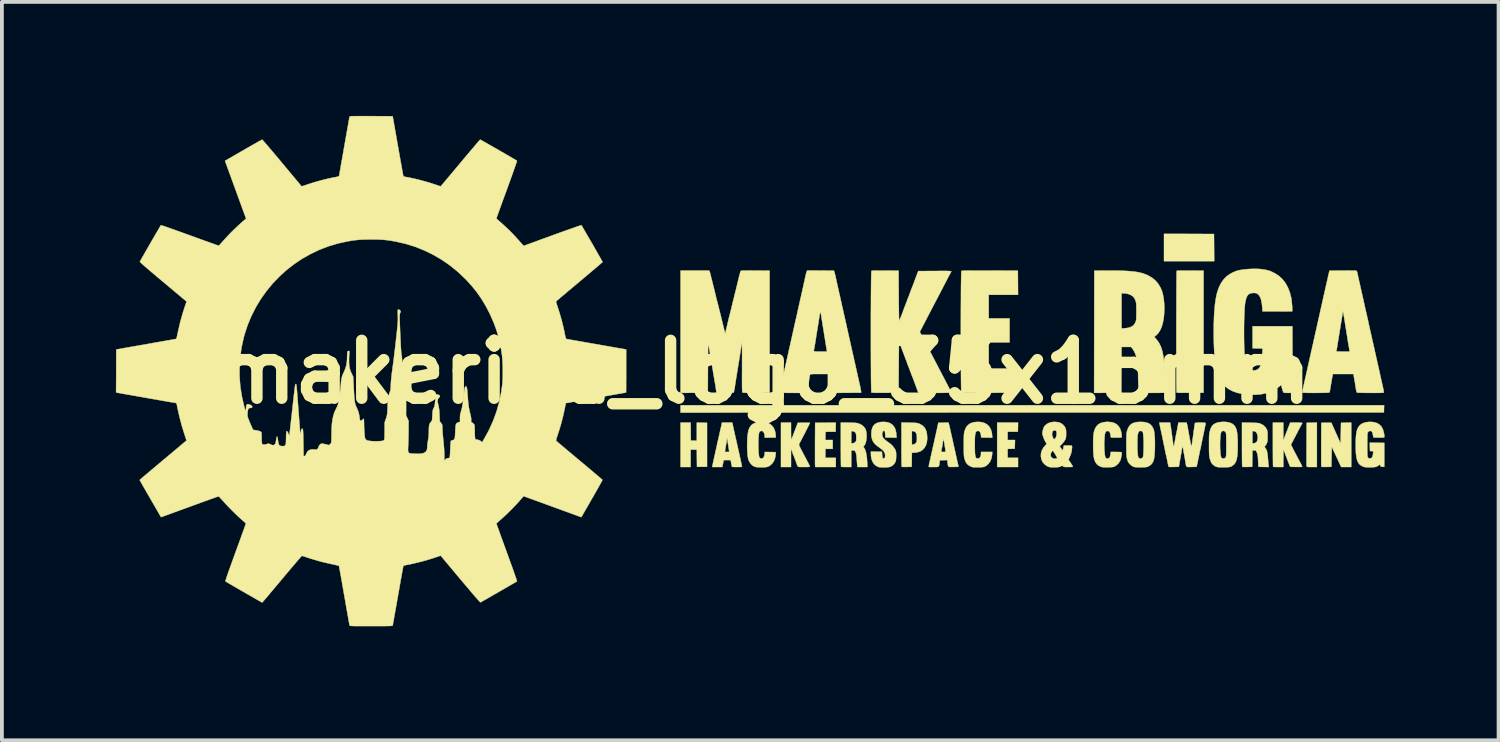
<source format=kicad_pcb>
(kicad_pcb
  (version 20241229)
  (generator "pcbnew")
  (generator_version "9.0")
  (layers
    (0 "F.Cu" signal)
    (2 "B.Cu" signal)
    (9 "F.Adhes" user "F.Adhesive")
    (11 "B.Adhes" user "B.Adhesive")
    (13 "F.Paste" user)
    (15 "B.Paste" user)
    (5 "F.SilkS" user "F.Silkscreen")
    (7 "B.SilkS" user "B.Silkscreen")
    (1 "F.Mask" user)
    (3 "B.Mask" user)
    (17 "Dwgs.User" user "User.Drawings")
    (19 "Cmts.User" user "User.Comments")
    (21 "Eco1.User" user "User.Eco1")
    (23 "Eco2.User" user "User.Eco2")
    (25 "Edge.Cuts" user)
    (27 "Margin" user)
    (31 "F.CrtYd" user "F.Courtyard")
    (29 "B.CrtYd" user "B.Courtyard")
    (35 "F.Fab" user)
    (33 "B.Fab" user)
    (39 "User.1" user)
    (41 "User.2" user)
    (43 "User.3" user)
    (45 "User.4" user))
  (footprint "makeriga_logo_35x15mm"
    (layer "F.Cu")
    (at 17.064 6.74)
    (property "Reference" "makeriga_logo_35x15mm" (at 0 0 0) (layer "F.SilkS") (effects (font (size 1.524 1.524) (thickness 0.3))))
    (attr through_hole)
    (fp_poly (pts (xy 16.302 1.062) (xy 7.048 1.064) (xy -2.205 1.067) (xy -2.205 0.874) (xy 16.308 0.874) (xy 16.302 1.062)) (stroke (width 0.01) (type solid)) (fill yes) (layer "F.SilkS"))
    (fp_poly (pts (xy 11.173 -3.635) (xy 11.831 -3.632) (xy 11.834 -3.274) (xy 11.837 -2.916) (xy 10.516 -2.916) (xy 10.516 -3.637) (xy 11.173 -3.635)) (stroke (width 0.01) (type solid)) (fill yes) (layer "F.SilkS"))
    (fp_poly (pts (xy 6.67 1.57) (xy 6.401 1.57) (xy 6.401 1.788) (xy 6.595 1.788) (xy 6.592 1.902) (xy 6.589 2.017) (xy 6.401 2.023) (xy 6.401 2.256) (xy 6.675 2.256) (xy 6.675 2.499) (xy 6.126 2.499) (xy 6.126 1.331) (xy 6.676 1.331) (xy 6.67 1.57)) (stroke (width 0.01) (type solid)) (fill yes) (layer "F.SilkS"))
    (fp_poly (pts (xy -1.509 1.336) (xy -1.509 2.494) (xy -1.773 2.494) (xy -1.776 2.268) (xy -1.778 2.042) (xy -1.941 2.042) (xy -1.941 2.499) (xy -2.205 2.499) (xy -2.205 1.331) (xy -1.941 1.331) (xy -1.938 1.567) (xy -1.935 1.803) (xy -1.778 1.809) (xy -1.778 1.33) (xy -1.509 1.336)) (stroke (width 0.01) (type solid)) (fill yes) (layer "F.SilkS"))
    (fp_poly (pts (xy 14.539 2.499) (xy 14.407 2.499) (xy 14.353 2.499) (xy 14.316 2.498) (xy 14.293 2.496) (xy 14.28 2.493) (xy 14.273 2.486) (xy 14.27 2.477) (xy 14.27 2.477) (xy 14.269 2.462) (xy 14.268 2.43) (xy 14.267 2.381) (xy 14.267 2.317) (xy 14.266 2.241) (xy 14.266 2.154) (xy 14.266 2.059) (xy 14.267 1.956) (xy 14.267 1.895) (xy 14.27 1.336) (xy 14.539 1.33) (xy 14.539 2.499)) (stroke (width 0.01) (type solid)) (fill yes) (layer "F.SilkS"))
    (fp_poly (pts (xy 1.877 1.45) (xy 1.875 1.57) (xy 1.742 1.571) (xy 1.61 1.573) (xy 1.607 1.681) (xy 1.605 1.788) (xy 1.798 1.788) (xy 1.798 2.022) (xy 1.605 2.022) (xy 1.605 2.256) (xy 1.88 2.256) (xy 1.88 2.499) (xy 1.342 2.499) (xy 1.336 2.477) (xy 1.335 2.462) (xy 1.334 2.43) (xy 1.333 2.381) (xy 1.333 2.317) (xy 1.333 2.241) (xy 1.333 2.154) (xy 1.333 2.059) (xy 1.333 1.956) (xy 1.333 1.895) (xy 1.336 1.336) (xy 1.608 1.333) (xy 1.88 1.331) (xy 1.877 1.45)) (stroke (width 0.01) (type solid)) (fill yes) (layer "F.SilkS"))
    (fp_poly (pts (xy 11.148 -2.67) (xy 11.207 -2.67) (xy 11.557 -2.667) (xy 11.557 0.544) (xy 11.205 0.546) (xy 11.11 0.547) (xy 11.034 0.547) (xy 10.974 0.547) (xy 10.929 0.546) (xy 10.896 0.545) (xy 10.873 0.543) (xy 10.858 0.541) (xy 10.85 0.537) (xy 10.847 0.533) (xy 10.847 0.533) (xy 10.846 0.52) (xy 10.845 0.489) (xy 10.844 0.44) (xy 10.844 0.375) (xy 10.843 0.295) (xy 10.843 0.202) (xy 10.842 0.096) (xy 10.842 -0.021) (xy 10.842 -0.147) (xy 10.841 -0.282) (xy 10.841 -0.424) (xy 10.841 -0.571) (xy 10.841 -0.722) (xy 10.841 -0.877) (xy 10.841 -1.033) (xy 10.841 -1.189) (xy 10.841 -1.344) (xy 10.842 -1.497) (xy 10.842 -1.646) (xy 10.842 -1.79) (xy 10.843 -1.927) (xy 10.843 -2.057) (xy 10.844 -2.178) (xy 10.844 -2.288) (xy 10.845 -2.387) (xy 10.846 -2.472) (xy 10.846 -2.543) (xy 10.847 -2.599) (xy 10.848 -2.637) (xy 10.849 -2.657) (xy 10.849 -2.66) (xy 10.856 -2.663) (xy 10.872 -2.666) (xy 10.898 -2.668) (xy 10.937 -2.669) (xy 10.991 -2.67) (xy 11.061 -2.67) (xy 11.148 -2.67)) (stroke (width 0.01) (type solid)) (fill yes) (layer "F.SilkS"))
    (fp_poly (pts (xy 3.818 1.333) (xy 3.889 1.335) (xy 3.943 1.336) (xy 3.984 1.339) (xy 4.014 1.342) (xy 4.037 1.346) (xy 4.057 1.352) (xy 4.076 1.36) (xy 4.086 1.364) (xy 4.153 1.402) (xy 4.205 1.449) (xy 4.242 1.505) (xy 4.267 1.575) (xy 4.28 1.646) (xy 4.285 1.751) (xy 4.276 1.845) (xy 4.252 1.926) (xy 4.213 1.995) (xy 4.161 2.05) (xy 4.096 2.09) (xy 4.019 2.114) (xy 3.93 2.123) (xy 3.882 2.123) (xy 3.876 2.494) (xy 3.748 2.497) (xy 3.699 2.498) (xy 3.658 2.497) (xy 3.628 2.496) (xy 3.614 2.493) (xy 3.614 2.493) (xy 3.613 2.482) (xy 3.611 2.452) (xy 3.61 2.406) (xy 3.609 2.345) (xy 3.608 2.27) (xy 3.608 2.185) (xy 3.607 2.09) (xy 3.607 1.988) (xy 3.607 1.907) (xy 3.607 1.554) (xy 3.881 1.554) (xy 3.881 1.913) (xy 3.919 1.907) (xy 3.96 1.891) (xy 3.985 1.868) (xy 3.998 1.851) (xy 4.007 1.834) (xy 4.011 1.812) (xy 4.013 1.78) (xy 4.013 1.74) (xy 4.011 1.679) (xy 4.004 1.634) (xy 3.99 1.601) (xy 3.969 1.577) (xy 3.96 1.57) (xy 3.932 1.558) (xy 3.909 1.554) (xy 3.881 1.554) (xy 3.607 1.554) (xy 3.607 1.329) (xy 3.818 1.333)) (stroke (width 0.01) (type solid)) (fill yes) (layer "F.SilkS"))
    (fp_poly (pts (xy 5.8 -2.67) (xy 5.935 -2.67) (xy 6.67 -2.667) (xy 6.673 -2.349) (xy 6.675 -2.032) (xy 5.903 -2.032) (xy 5.903 -1.412) (xy 6.452 -1.412) (xy 6.452 -0.782) (xy 5.903 -0.782) (xy 5.903 -0.091) (xy 6.675 -0.091) (xy 6.673 0.226) (xy 6.67 0.544) (xy 5.933 0.546) (xy 5.785 0.547) (xy 5.656 0.547) (xy 5.546 0.547) (xy 5.452 0.546) (xy 5.375 0.546) (xy 5.312 0.545) (xy 5.263 0.544) (xy 5.227 0.542) (xy 5.202 0.541) (xy 5.188 0.538) (xy 5.184 0.537) (xy 5.182 0.525) (xy 5.18 0.494) (xy 5.179 0.445) (xy 5.177 0.381) (xy 5.176 0.301) (xy 5.175 0.208) (xy 5.174 0.102) (xy 5.173 -0.014) (xy 5.172 -0.141) (xy 5.171 -0.275) (xy 5.171 -0.417) (xy 5.17 -0.564) (xy 5.17 -0.715) (xy 5.17 -0.87) (xy 5.17 -1.026) (xy 5.17 -1.182) (xy 5.17 -1.338) (xy 5.171 -1.491) (xy 5.171 -1.64) (xy 5.172 -1.784) (xy 5.173 -1.922) (xy 5.173 -2.052) (xy 5.174 -2.174) (xy 5.175 -2.284) (xy 5.177 -2.384) (xy 5.178 -2.47) (xy 5.179 -2.542) (xy 5.181 -2.598) (xy 5.183 -2.637) (xy 5.184 -2.658) (xy 5.185 -2.661) (xy 5.194 -2.663) (xy 5.216 -2.665) (xy 5.252 -2.667) (xy 5.302 -2.668) (xy 5.368 -2.669) (xy 5.449 -2.67) (xy 5.548 -2.67) (xy 5.664 -2.67) (xy 5.8 -2.67)) (stroke (width 0.01) (type solid)) (fill yes) (layer "F.SilkS"))
    (fp_poly (pts (xy 15.443 2.499) (xy 15.179 2.499) (xy 15.137 2.41) (xy 15.115 2.364) (xy 15.093 2.316) (xy 15.075 2.276) (xy 15.07 2.266) (xy 15.055 2.234) (xy 15.034 2.19) (xy 15.011 2.139) (xy 14.99 2.094) (xy 14.969 2.05) (xy 14.951 2.011) (xy 14.939 1.982) (xy 14.933 1.968) (xy 14.933 1.967) (xy 14.932 1.974) (xy 14.931 1.998) (xy 14.93 2.038) (xy 14.928 2.091) (xy 14.927 2.154) (xy 14.925 2.224) (xy 14.925 2.225) (xy 14.92 2.494) (xy 14.79 2.497) (xy 14.733 2.498) (xy 14.693 2.497) (xy 14.669 2.494) (xy 14.657 2.489) (xy 14.655 2.487) (xy 14.655 2.475) (xy 14.654 2.444) (xy 14.653 2.397) (xy 14.653 2.334) (xy 14.653 2.26) (xy 14.653 2.174) (xy 14.653 2.079) (xy 14.653 1.977) (xy 14.653 1.905) (xy 14.656 1.336) (xy 14.79 1.333) (xy 14.843 1.333) (xy 14.886 1.334) (xy 14.914 1.336) (xy 14.925 1.339) (xy 14.925 1.34) (xy 14.929 1.353) (xy 14.94 1.379) (xy 14.955 1.415) (xy 14.966 1.439) (xy 14.985 1.48) (xy 15.001 1.516) (xy 15.013 1.542) (xy 15.016 1.549) (xy 15.025 1.571) (xy 15.039 1.601) (xy 15.045 1.615) (xy 15.062 1.653) (xy 15.081 1.696) (xy 15.088 1.712) (xy 15.106 1.753) (xy 15.126 1.797) (xy 15.134 1.816) (xy 15.148 1.848) (xy 15.158 1.872) (xy 15.161 1.882) (xy 15.162 1.876) (xy 15.163 1.852) (xy 15.164 1.812) (xy 15.166 1.759) (xy 15.167 1.696) (xy 15.168 1.625) (xy 15.169 1.615) (xy 15.174 1.336) (xy 15.443 1.33) (xy 15.443 2.499)) (stroke (width 0.01) (type solid)) (fill yes) (layer "F.SilkS"))
    (fp_poly (pts (xy 2.256 1.332) (xy 2.317 1.333) (xy 2.369 1.336) (xy 2.41 1.339) (xy 2.429 1.341) (xy 2.503 1.363) (xy 2.568 1.397) (xy 2.62 1.442) (xy 2.658 1.496) (xy 2.672 1.532) (xy 2.685 1.595) (xy 2.69 1.665) (xy 2.688 1.737) (xy 2.68 1.805) (xy 2.665 1.866) (xy 2.644 1.914) (xy 2.633 1.929) (xy 2.604 1.965) (xy 2.634 2.009) (xy 2.654 2.05) (xy 2.672 2.109) (xy 2.687 2.184) (xy 2.698 2.271) (xy 2.705 2.369) (xy 2.706 2.38) (xy 2.711 2.499) (xy 2.45 2.499) (xy 2.444 2.456) (xy 2.441 2.429) (xy 2.438 2.388) (xy 2.434 2.337) (xy 2.43 2.283) (xy 2.43 2.281) (xy 2.425 2.219) (xy 2.419 2.174) (xy 2.412 2.14) (xy 2.403 2.114) (xy 2.399 2.105) (xy 2.384 2.079) (xy 2.37 2.067) (xy 2.349 2.063) (xy 2.332 2.062) (xy 2.286 2.062) (xy 2.286 2.499) (xy 2.156 2.499) (xy 2.106 2.499) (xy 2.064 2.497) (xy 2.034 2.495) (xy 2.019 2.493) (xy 2.018 2.493) (xy 2.017 2.481) (xy 2.016 2.452) (xy 2.015 2.406) (xy 2.014 2.344) (xy 2.013 2.27) (xy 2.013 2.185) (xy 2.012 2.091) (xy 2.012 1.989) (xy 2.012 1.908) (xy 2.012 1.88) (xy 2.286 1.88) (xy 2.329 1.874) (xy 2.371 1.861) (xy 2.395 1.842) (xy 2.406 1.828) (xy 2.413 1.811) (xy 2.417 1.786) (xy 2.418 1.749) (xy 2.418 1.726) (xy 2.417 1.682) (xy 2.414 1.644) (xy 2.409 1.618) (xy 2.407 1.612) (xy 2.379 1.578) (xy 2.342 1.558) (xy 2.319 1.555) (xy 2.286 1.554) (xy 2.286 1.88) (xy 2.012 1.88) (xy 2.012 1.331) (xy 2.193 1.331) (xy 2.256 1.332)) (stroke (width 0.01) (type solid)) (fill yes) (layer "F.SilkS"))
    (fp_poly (pts (xy -0.027 1.312) (xy 0.032 1.319) (xy 0.067 1.327) (xy 0.141 1.362) (xy 0.202 1.412) (xy 0.248 1.475) (xy 0.28 1.551) (xy 0.296 1.639) (xy 0.297 1.659) (xy 0.3 1.722) (xy 0.155 1.725) (xy 0.01 1.728) (xy 0.01 1.694) (xy 0.006 1.652) (xy -0.006 1.611) (xy -0.023 1.577) (xy -0.043 1.556) (xy -0.048 1.554) (xy -0.084 1.549) (xy -0.116 1.561) (xy -0.132 1.578) (xy -0.14 1.602) (xy -0.147 1.643) (xy -0.152 1.697) (xy -0.156 1.76) (xy -0.158 1.831) (xy -0.159 1.905) (xy -0.158 1.98) (xy -0.156 2.052) (xy -0.152 2.118) (xy -0.146 2.175) (xy -0.14 2.219) (xy -0.131 2.248) (xy -0.127 2.256) (xy -0.101 2.271) (xy -0.069 2.275) (xy -0.039 2.267) (xy -0.028 2.258) (xy -0.013 2.232) (xy -0.000119 2.195) (xy 0.008 2.155) (xy 0.01 2.131) (xy 0.01 2.103) (xy 0.3 2.108) (xy 0.296 2.169) (xy 0.283 2.256) (xy 0.255 2.334) (xy 0.212 2.401) (xy 0.157 2.454) (xy 0.116 2.479) (xy 0.092 2.49) (xy 0.069 2.497) (xy 0.042 2.502) (xy 0.005 2.505) (xy -0.047 2.506) (xy -0.061 2.506) (xy -0.114 2.506) (xy -0.162 2.505) (xy -0.202 2.502) (xy -0.226 2.499) (xy -0.292 2.473) (xy -0.347 2.429) (xy -0.392 2.368) (xy -0.416 2.317) (xy -0.428 2.274) (xy -0.438 2.214) (xy -0.445 2.141) (xy -0.45 2.058) (xy -0.453 1.97) (xy -0.452 1.88) (xy -0.45 1.791) (xy -0.445 1.707) (xy -0.437 1.632) (xy -0.427 1.569) (xy -0.416 1.524) (xy -0.386 1.455) (xy -0.348 1.403) (xy -0.3 1.364) (xy -0.236 1.335) (xy -0.212 1.327) (xy -0.157 1.316) (xy -0.093 1.311) (xy -0.027 1.312)) (stroke (width 0.01) (type solid)) (fill yes) (layer "F.SilkS"))
    (fp_poly (pts (xy 0.701 1.562) (xy 0.702 1.641) (xy 0.703 1.702) (xy 0.705 1.746) (xy 0.708 1.772) (xy 0.711 1.778) (xy 0.711 1.777) (xy 0.718 1.761) (xy 0.73 1.731) (xy 0.745 1.691) (xy 0.757 1.66) (xy 0.772 1.617) (xy 0.786 1.58) (xy 0.796 1.554) (xy 0.799 1.544) (xy 0.806 1.529) (xy 0.817 1.499) (xy 0.832 1.46) (xy 0.843 1.433) (xy 0.879 1.336) (xy 1.039 1.333) (xy 1.093 1.333) (xy 1.14 1.333) (xy 1.175 1.334) (xy 1.195 1.335) (xy 1.199 1.336) (xy 1.194 1.347) (xy 1.182 1.374) (xy 1.163 1.412) (xy 1.139 1.46) (xy 1.111 1.515) (xy 1.082 1.574) (xy 1.051 1.634) (xy 1.021 1.692) (xy 0.993 1.745) (xy 0.969 1.791) (xy 0.95 1.826) (xy 0.938 1.849) (xy 0.934 1.855) (xy 0.916 1.886) (xy 0.913 1.918) (xy 0.925 1.956) (xy 0.934 1.973) (xy 0.949 2.002) (xy 0.971 2.044) (xy 0.997 2.094) (xy 1.024 2.146) (xy 1.031 2.159) (xy 1.061 2.216) (xy 1.093 2.277) (xy 1.123 2.334) (xy 1.148 2.381) (xy 1.149 2.384) (xy 1.17 2.424) (xy 1.186 2.458) (xy 1.197 2.481) (xy 1.199 2.488) (xy 1.189 2.493) (xy 1.158 2.497) (xy 1.108 2.499) (xy 1.043 2.499) (xy 0.982 2.499) (xy 0.939 2.499) (xy 0.909 2.496) (xy 0.889 2.489) (xy 0.875 2.476) (xy 0.865 2.457) (xy 0.856 2.429) (xy 0.85 2.413) (xy 0.834 2.367) (xy 0.815 2.315) (xy 0.795 2.264) (xy 0.778 2.218) (xy 0.763 2.183) (xy 0.757 2.168) (xy 0.746 2.143) (xy 0.742 2.126) (xy 0.742 2.126) (xy 0.738 2.111) (xy 0.728 2.085) (xy 0.722 2.071) (xy 0.701 2.027) (xy 0.701 2.499) (xy 0.437 2.499) (xy 0.437 1.331) (xy 0.701 1.331) (xy 0.701 1.562)) (stroke (width 0.01) (type solid)) (fill yes) (layer "F.SilkS"))
    (fp_poly (pts (xy 5.719 1.319) (xy 5.799 1.343) (xy 5.866 1.383) (xy 5.92 1.438) (xy 5.959 1.507) (xy 5.984 1.59) (xy 5.991 1.647) (xy 5.997 1.728) (xy 5.705 1.722) (xy 5.7 1.666) (xy 5.69 1.612) (xy 5.671 1.574) (xy 5.644 1.552) (xy 5.611 1.549) (xy 5.595 1.554) (xy 5.579 1.563) (xy 5.566 1.579) (xy 5.556 1.603) (xy 5.548 1.637) (xy 5.543 1.684) (xy 5.539 1.745) (xy 5.538 1.823) (xy 5.537 1.915) (xy 5.538 2.011) (xy 5.54 2.088) (xy 5.543 2.149) (xy 5.548 2.195) (xy 5.556 2.229) (xy 5.566 2.251) (xy 5.579 2.265) (xy 5.593 2.272) (xy 5.634 2.274) (xy 5.665 2.258) (xy 5.687 2.226) (xy 5.698 2.178) (xy 5.7 2.149) (xy 5.7 2.103) (xy 5.997 2.103) (xy 5.992 2.177) (xy 5.977 2.264) (xy 5.948 2.341) (xy 5.905 2.406) (xy 5.851 2.457) (xy 5.815 2.479) (xy 5.793 2.49) (xy 5.77 2.497) (xy 5.744 2.502) (xy 5.708 2.504) (xy 5.659 2.506) (xy 5.634 2.506) (xy 5.581 2.507) (xy 5.533 2.506) (xy 5.495 2.504) (xy 5.472 2.501) (xy 5.471 2.5) (xy 5.407 2.475) (xy 5.352 2.436) (xy 5.309 2.386) (xy 5.3 2.369) (xy 5.289 2.344) (xy 5.276 2.309) (xy 5.267 2.281) (xy 5.261 2.261) (xy 5.257 2.24) (xy 5.254 2.214) (xy 5.251 2.181) (xy 5.249 2.139) (xy 5.248 2.084) (xy 5.248 2.015) (xy 5.248 1.928) (xy 5.248 1.92) (xy 5.248 1.832) (xy 5.248 1.761) (xy 5.249 1.706) (xy 5.251 1.663) (xy 5.253 1.629) (xy 5.257 1.603) (xy 5.261 1.581) (xy 5.266 1.561) (xy 5.267 1.56) (xy 5.285 1.507) (xy 5.303 1.467) (xy 5.324 1.434) (xy 5.346 1.407) (xy 5.398 1.363) (xy 5.465 1.332) (xy 5.548 1.315) (xy 5.627 1.311) (xy 5.719 1.319)) (stroke (width 0.01) (type solid)) (fill yes) (layer "F.SilkS"))
    (fp_poly (pts (xy 12.784 1.333) (xy 12.857 1.335) (xy 12.913 1.337) (xy 12.956 1.339) (xy 12.988 1.342) (xy 13.013 1.346) (xy 13.035 1.352) (xy 13.056 1.36) (xy 13.058 1.361) (xy 13.129 1.399) (xy 13.183 1.448) (xy 13.219 1.506) (xy 13.229 1.531) (xy 13.236 1.555) (xy 13.24 1.583) (xy 13.242 1.62) (xy 13.243 1.672) (xy 13.243 1.692) (xy 13.243 1.748) (xy 13.241 1.79) (xy 13.238 1.821) (xy 13.232 1.845) (xy 13.223 1.869) (xy 13.22 1.876) (xy 13.203 1.909) (xy 13.186 1.936) (xy 13.177 1.946) (xy 13.165 1.958) (xy 13.165 1.969) (xy 13.175 1.987) (xy 13.181 1.995) (xy 13.204 2.03) (xy 13.221 2.07) (xy 13.233 2.119) (xy 13.242 2.18) (xy 13.249 2.248) (xy 13.253 2.305) (xy 13.258 2.36) (xy 13.262 2.407) (xy 13.265 2.441) (xy 13.265 2.441) (xy 13.272 2.5) (xy 13.136 2.497) (xy 13 2.494) (xy 12.993 2.336) (xy 12.99 2.273) (xy 12.986 2.226) (xy 12.982 2.191) (xy 12.976 2.163) (xy 12.968 2.138) (xy 12.96 2.12) (xy 12.935 2.062) (xy 12.843 2.062) (xy 12.837 2.494) (xy 12.71 2.497) (xy 12.661 2.498) (xy 12.619 2.497) (xy 12.589 2.496) (xy 12.575 2.493) (xy 12.575 2.493) (xy 12.574 2.482) (xy 12.572 2.452) (xy 12.571 2.406) (xy 12.57 2.345) (xy 12.569 2.27) (xy 12.569 2.185) (xy 12.568 2.09) (xy 12.568 1.988) (xy 12.568 1.907) (xy 12.568 1.554) (xy 12.842 1.554) (xy 12.842 1.881) (xy 12.88 1.874) (xy 12.912 1.866) (xy 12.938 1.855) (xy 12.94 1.854) (xy 12.956 1.834) (xy 12.971 1.801) (xy 12.981 1.76) (xy 12.984 1.719) (xy 12.982 1.692) (xy 12.974 1.657) (xy 12.969 1.639) (xy 12.949 1.593) (xy 12.919 1.565) (xy 12.88 1.555) (xy 12.873 1.554) (xy 12.842 1.554) (xy 12.568 1.554) (xy 12.568 1.329) (xy 12.784 1.333)) (stroke (width 0.01) (type solid)) (fill yes) (layer "F.SilkS"))
    (fp_poly (pts (xy 3.226 1.319) (xy 3.301 1.342) (xy 3.363 1.381) (xy 3.412 1.435) (xy 3.447 1.504) (xy 3.467 1.587) (xy 3.472 1.638) (xy 3.478 1.728) (xy 3.331 1.725) (xy 3.185 1.722) (xy 3.18 1.646) (xy 3.177 1.607) (xy 3.172 1.576) (xy 3.167 1.558) (xy 3.167 1.557) (xy 3.151 1.544) (xy 3.133 1.548) (xy 3.117 1.565) (xy 3.104 1.593) (xy 3.099 1.629) (xy 3.099 1.633) (xy 3.104 1.677) (xy 3.119 1.717) (xy 3.148 1.756) (xy 3.191 1.796) (xy 3.25 1.841) (xy 3.271 1.855) (xy 3.334 1.903) (xy 3.388 1.959) (xy 3.429 2.015) (xy 3.442 2.039) (xy 3.454 2.068) (xy 3.462 2.094) (xy 3.466 2.122) (xy 3.468 2.16) (xy 3.468 2.21) (xy 3.466 2.266) (xy 3.463 2.308) (xy 3.457 2.34) (xy 3.447 2.368) (xy 3.446 2.368) (xy 3.414 2.419) (xy 3.369 2.462) (xy 3.316 2.491) (xy 3.29 2.499) (xy 3.257 2.503) (xy 3.211 2.507) (xy 3.159 2.508) (xy 3.106 2.508) (xy 3.059 2.506) (xy 3.022 2.503) (xy 3.007 2.5) (xy 2.943 2.47) (xy 2.89 2.425) (xy 2.849 2.365) (xy 2.82 2.292) (xy 2.806 2.209) (xy 2.804 2.166) (xy 2.804 2.092) (xy 3.094 2.098) (xy 3.099 2.174) (xy 3.103 2.222) (xy 3.109 2.252) (xy 3.118 2.269) (xy 3.131 2.275) (xy 3.138 2.276) (xy 3.159 2.267) (xy 3.172 2.243) (xy 3.178 2.209) (xy 3.176 2.169) (xy 3.165 2.128) (xy 3.16 2.117) (xy 3.15 2.098) (xy 3.137 2.079) (xy 3.116 2.059) (xy 3.088 2.034) (xy 3.048 2.003) (xy 2.994 1.963) (xy 2.973 1.948) (xy 2.907 1.891) (xy 2.86 1.829) (xy 2.83 1.759) (xy 2.816 1.678) (xy 2.814 1.634) (xy 2.82 1.544) (xy 2.839 1.469) (xy 2.871 1.41) (xy 2.917 1.365) (xy 2.977 1.334) (xy 3.053 1.316) (xy 3.137 1.311) (xy 3.226 1.319)) (stroke (width 0.01) (type solid)) (fill yes) (layer "F.SilkS"))
    (fp_poly (pts (xy 13.656 1.567) (xy 13.656 1.803) (xy 13.691 1.707) (xy 13.707 1.664) (xy 13.722 1.626) (xy 13.732 1.599) (xy 13.736 1.59) (xy 13.744 1.571) (xy 13.757 1.539) (xy 13.772 1.5) (xy 13.776 1.488) (xy 13.792 1.445) (xy 13.808 1.404) (xy 13.82 1.374) (xy 13.822 1.369) (xy 13.838 1.331) (xy 13.996 1.331) (xy 14.058 1.331) (xy 14.103 1.333) (xy 14.132 1.335) (xy 14.148 1.339) (xy 14.153 1.344) (xy 14.153 1.344) (xy 14.147 1.364) (xy 14.144 1.367) (xy 14.137 1.379) (xy 14.122 1.406) (xy 14.101 1.444) (xy 14.076 1.491) (xy 14.056 1.529) (xy 14.024 1.592) (xy 13.989 1.659) (xy 13.955 1.724) (xy 13.925 1.78) (xy 13.917 1.797) (xy 13.856 1.913) (xy 13.904 2.005) (xy 13.936 2.068) (xy 13.972 2.137) (xy 14.01 2.209) (xy 14.046 2.278) (xy 14.079 2.341) (xy 14.107 2.393) (xy 14.119 2.416) (xy 14.136 2.449) (xy 14.148 2.475) (xy 14.153 2.489) (xy 14.153 2.49) (xy 14.143 2.494) (xy 14.114 2.496) (xy 14.067 2.498) (xy 14.004 2.497) (xy 13.994 2.497) (xy 13.836 2.494) (xy 13.81 2.428) (xy 13.796 2.392) (xy 13.783 2.36) (xy 13.776 2.342) (xy 13.764 2.312) (xy 13.748 2.269) (xy 13.729 2.219) (xy 13.71 2.168) (xy 13.693 2.122) (xy 13.68 2.086) (xy 13.677 2.078) (xy 13.672 2.062) (xy 13.668 2.053) (xy 13.664 2.051) (xy 13.662 2.061) (xy 13.661 2.082) (xy 13.659 2.117) (xy 13.659 2.167) (xy 13.658 2.236) (xy 13.657 2.263) (xy 13.655 2.499) (xy 13.524 2.499) (xy 13.475 2.499) (xy 13.433 2.497) (xy 13.403 2.495) (xy 13.388 2.493) (xy 13.387 2.493) (xy 13.386 2.481) (xy 13.385 2.452) (xy 13.384 2.406) (xy 13.383 2.344) (xy 13.382 2.27) (xy 13.382 2.185) (xy 13.381 2.091) (xy 13.381 1.989) (xy 13.381 1.908) (xy 13.381 1.331) (xy 13.655 1.331) (xy 13.656 1.567)) (stroke (width 0.01) (type solid)) (fill yes) (layer "F.SilkS"))
    (fp_poly (pts (xy 9.128 1.318) (xy 9.208 1.34) (xy 9.274 1.378) (xy 9.326 1.43) (xy 9.365 1.497) (xy 9.39 1.579) (xy 9.398 1.625) (xy 9.401 1.665) (xy 9.403 1.697) (xy 9.401 1.717) (xy 9.4 1.719) (xy 9.387 1.722) (xy 9.358 1.724) (xy 9.317 1.725) (xy 9.267 1.725) (xy 9.255 1.725) (xy 9.119 1.722) (xy 9.107 1.653) (xy 9.097 1.604) (xy 9.082 1.573) (xy 9.062 1.556) (xy 9.034 1.551) (xy 9.032 1.551) (xy 9.01 1.553) (xy 8.992 1.562) (xy 8.978 1.578) (xy 8.968 1.605) (xy 8.959 1.645) (xy 8.953 1.699) (xy 8.948 1.77) (xy 8.945 1.822) (xy 8.943 1.888) (xy 8.944 1.958) (xy 8.946 2.029) (xy 8.95 2.095) (xy 8.956 2.155) (xy 8.963 2.204) (xy 8.971 2.239) (xy 8.977 2.252) (xy 8.998 2.271) (xy 9.025 2.276) (xy 9.056 2.271) (xy 9.078 2.258) (xy 9.093 2.231) (xy 9.103 2.188) (xy 9.105 2.175) (xy 9.116 2.103) (xy 9.256 2.103) (xy 9.308 2.104) (xy 9.352 2.105) (xy 9.384 2.108) (xy 9.401 2.111) (xy 9.402 2.112) (xy 9.405 2.13) (xy 9.403 2.161) (xy 9.397 2.202) (xy 9.389 2.245) (xy 9.379 2.287) (xy 9.368 2.322) (xy 9.364 2.331) (xy 9.327 2.391) (xy 9.276 2.444) (xy 9.22 2.482) (xy 9.2 2.491) (xy 9.176 2.498) (xy 9.145 2.502) (xy 9.103 2.504) (xy 9.047 2.506) (xy 8.994 2.506) (xy 8.944 2.505) (xy 8.904 2.503) (xy 8.878 2.499) (xy 8.877 2.499) (xy 8.836 2.484) (xy 8.794 2.46) (xy 8.758 2.433) (xy 8.747 2.422) (xy 8.72 2.386) (xy 8.699 2.345) (xy 8.682 2.298) (xy 8.669 2.242) (xy 8.661 2.174) (xy 8.655 2.093) (xy 8.652 1.995) (xy 8.652 1.92) (xy 8.652 1.819) (xy 8.655 1.734) (xy 8.66 1.665) (xy 8.667 1.607) (xy 8.677 1.558) (xy 8.691 1.515) (xy 8.71 1.475) (xy 8.733 1.435) (xy 8.736 1.431) (xy 8.778 1.384) (xy 8.836 1.348) (xy 8.908 1.324) (xy 8.993 1.312) (xy 9.034 1.311) (xy 9.128 1.318)) (stroke (width 0.01) (type solid)) (fill yes) (layer "F.SilkS"))
    (fp_poly (pts (xy 4.86 1.384) (xy 4.871 1.427) (xy 4.882 1.472) (xy 4.885 1.488) (xy 4.892 1.522) (xy 4.902 1.567) (xy 4.913 1.616) (xy 4.918 1.636) (xy 4.93 1.691) (xy 4.944 1.752) (xy 4.956 1.807) (xy 4.959 1.819) (xy 4.971 1.873) (xy 4.984 1.935) (xy 4.997 1.99) (xy 4.997 1.991) (xy 5.007 2.034) (xy 5.019 2.09) (xy 5.033 2.153) (xy 5.046 2.215) (xy 5.049 2.225) (xy 5.061 2.28) (xy 5.072 2.331) (xy 5.082 2.373) (xy 5.089 2.402) (xy 5.091 2.408) (xy 5.098 2.44) (xy 5.103 2.468) (xy 5.103 2.469) (xy 5.105 2.494) (xy 4.976 2.497) (xy 4.92 2.498) (xy 4.88 2.498) (xy 4.855 2.492) (xy 4.839 2.48) (xy 4.831 2.458) (xy 4.826 2.424) (xy 4.821 2.385) (xy 4.814 2.316) (xy 4.618 2.322) (xy 4.61 2.385) (xy 4.604 2.43) (xy 4.598 2.462) (xy 4.588 2.482) (xy 4.57 2.493) (xy 4.541 2.498) (xy 4.498 2.499) (xy 4.455 2.499) (xy 4.328 2.499) (xy 4.328 2.471) (xy 4.331 2.443) (xy 4.338 2.409) (xy 4.339 2.403) (xy 4.347 2.374) (xy 4.356 2.332) (xy 4.367 2.287) (xy 4.369 2.276) (xy 4.38 2.224) (xy 4.394 2.163) (xy 4.407 2.105) (xy 4.407 2.103) (xy 4.653 2.103) (xy 4.707 2.103) (xy 4.739 2.102) (xy 4.76 2.1) (xy 4.767 2.098) (xy 4.767 2.087) (xy 4.765 2.06) (xy 4.76 2.024) (xy 4.759 2.014) (xy 4.75 1.963) (xy 4.741 1.908) (xy 4.734 1.864) (xy 4.725 1.815) (xy 4.718 1.785) (xy 4.712 1.775) (xy 4.707 1.785) (xy 4.701 1.814) (xy 4.695 1.855) (xy 4.689 1.902) (xy 4.682 1.944) (xy 4.676 1.976) (xy 4.674 1.986) (xy 4.667 2.017) (xy 4.66 2.053) (xy 4.659 2.06) (xy 4.653 2.103) (xy 4.407 2.103) (xy 4.41 2.093) (xy 4.421 2.042) (xy 4.432 1.991) (xy 4.442 1.948) (xy 4.445 1.935) (xy 4.453 1.897) (xy 4.465 1.848) (xy 4.476 1.796) (xy 4.48 1.778) (xy 4.515 1.622) (xy 4.546 1.484) (xy 4.559 1.422) (xy 4.577 1.336) (xy 4.711 1.333) (xy 4.845 1.33) (xy 4.86 1.384)) (stroke (width 0.01) (type solid)) (fill yes) (layer "F.SilkS"))
    (fp_poly (pts (xy 16.036 1.318) (xy 16.115 1.341) (xy 16.181 1.378) (xy 16.233 1.43) (xy 16.269 1.49) (xy 16.283 1.528) (xy 16.295 1.573) (xy 16.306 1.619) (xy 16.313 1.662) (xy 16.315 1.696) (xy 16.313 1.713) (xy 16.308 1.719) (xy 16.295 1.723) (xy 16.272 1.725) (xy 16.235 1.726) (xy 16.182 1.725) (xy 16.167 1.725) (xy 16.027 1.722) (xy 16.02 1.684) (xy 16.012 1.646) (xy 16.005 1.608) (xy 16.005 1.608) (xy 15.99 1.573) (xy 15.965 1.553) (xy 15.935 1.548) (xy 15.904 1.56) (xy 15.882 1.583) (xy 15.877 1.592) (xy 15.873 1.605) (xy 15.87 1.624) (xy 15.868 1.65) (xy 15.867 1.687) (xy 15.866 1.737) (xy 15.865 1.801) (xy 15.865 1.883) (xy 15.865 1.915) (xy 15.865 2.003) (xy 15.865 2.073) (xy 15.866 2.127) (xy 15.867 2.168) (xy 15.869 2.197) (xy 15.872 2.218) (xy 15.876 2.233) (xy 15.88 2.244) (xy 15.883 2.249) (xy 15.9 2.268) (xy 15.921 2.274) (xy 15.938 2.274) (xy 15.97 2.265) (xy 15.993 2.243) (xy 16.008 2.206) (xy 16.017 2.152) (xy 16.024 2.084) (xy 15.936 2.078) (xy 15.933 1.968) (xy 15.93 1.859) (xy 16.121 1.862) (xy 16.312 1.864) (xy 16.312 2.494) (xy 16.266 2.494) (xy 16.237 2.493) (xy 16.222 2.487) (xy 16.213 2.47) (xy 16.209 2.46) (xy 16.2 2.439) (xy 16.192 2.436) (xy 16.191 2.437) (xy 16.178 2.448) (xy 16.154 2.464) (xy 16.131 2.476) (xy 16.107 2.488) (xy 16.084 2.496) (xy 16.058 2.501) (xy 16.024 2.504) (xy 15.976 2.506) (xy 15.951 2.506) (xy 15.899 2.506) (xy 15.85 2.505) (xy 15.81 2.502) (xy 15.786 2.499) (xy 15.744 2.483) (xy 15.701 2.459) (xy 15.664 2.432) (xy 15.655 2.422) (xy 15.628 2.385) (xy 15.606 2.34) (xy 15.589 2.286) (xy 15.576 2.221) (xy 15.567 2.141) (xy 15.562 2.046) (xy 15.56 1.933) (xy 15.56 1.92) (xy 15.562 1.807) (xy 15.566 1.712) (xy 15.574 1.632) (xy 15.585 1.566) (xy 15.601 1.511) (xy 15.621 1.465) (xy 15.624 1.46) (xy 15.666 1.403) (xy 15.723 1.359) (xy 15.795 1.33) (xy 15.881 1.314) (xy 15.944 1.311) (xy 16.036 1.318)) (stroke (width 0.01) (type solid)) (fill yes) (layer "F.SilkS"))
    (fp_poly (pts (xy 9.991 1.316) (xy 10.068 1.332) (xy 10.13 1.359) (xy 10.179 1.4) (xy 10.218 1.455) (xy 10.241 1.503) (xy 10.253 1.544) (xy 10.262 1.602) (xy 10.269 1.674) (xy 10.274 1.755) (xy 10.277 1.842) (xy 10.277 1.932) (xy 10.276 2.022) (xy 10.272 2.108) (xy 10.266 2.186) (xy 10.258 2.253) (xy 10.248 2.307) (xy 10.241 2.33) (xy 10.21 2.393) (xy 10.17 2.441) (xy 10.116 2.477) (xy 10.113 2.479) (xy 10.091 2.489) (xy 10.07 2.496) (xy 10.045 2.501) (xy 10.012 2.504) (xy 9.966 2.505) (xy 9.916 2.507) (xy 9.848 2.507) (xy 9.796 2.506) (xy 9.757 2.502) (xy 9.727 2.496) (xy 9.719 2.493) (xy 9.675 2.472) (xy 9.631 2.438) (xy 9.594 2.398) (xy 9.567 2.356) (xy 9.562 2.341) (xy 9.55 2.303) (xy 9.538 2.264) (xy 9.537 2.261) (xy 9.533 2.237) (xy 9.53 2.197) (xy 9.527 2.139) (xy 9.526 2.064) (xy 9.525 1.968) (xy 9.525 1.915) (xy 9.815 1.915) (xy 9.816 2.019) (xy 9.82 2.103) (xy 9.825 2.169) (xy 9.833 2.218) (xy 9.844 2.25) (xy 9.857 2.267) (xy 9.857 2.267) (xy 9.886 2.276) (xy 9.92 2.272) (xy 9.948 2.259) (xy 9.952 2.255) (xy 9.96 2.244) (xy 9.965 2.228) (xy 9.969 2.203) (xy 9.973 2.167) (xy 9.976 2.116) (xy 9.978 2.075) (xy 9.98 1.996) (xy 9.981 1.917) (xy 9.98 1.839) (xy 9.978 1.766) (xy 9.974 1.701) (xy 9.97 1.646) (xy 9.964 1.605) (xy 9.958 1.581) (xy 9.957 1.578) (xy 9.933 1.556) (xy 9.903 1.548) (xy 9.873 1.553) (xy 9.85 1.571) (xy 9.839 1.592) (xy 9.832 1.623) (xy 9.824 1.656) (xy 9.824 1.656) (xy 9.821 1.677) (xy 9.819 1.714) (xy 9.817 1.764) (xy 9.816 1.825) (xy 9.815 1.891) (xy 9.815 1.915) (xy 9.525 1.915) (xy 9.525 1.827) (xy 9.526 1.757) (xy 9.527 1.702) (xy 9.528 1.658) (xy 9.53 1.624) (xy 9.533 1.597) (xy 9.537 1.574) (xy 9.543 1.552) (xy 9.548 1.536) (xy 9.576 1.463) (xy 9.614 1.406) (xy 9.663 1.363) (xy 9.725 1.334) (xy 9.802 1.317) (xy 9.894 1.311) (xy 9.899 1.311) (xy 9.991 1.316)) (stroke (width 0.01) (type solid)) (fill yes) (layer "F.SilkS"))
    (fp_poly (pts (xy 12.167 1.315) (xy 12.237 1.329) (xy 12.296 1.352) (xy 12.319 1.365) (xy 12.354 1.394) (xy 12.383 1.429) (xy 12.406 1.471) (xy 12.425 1.523) (xy 12.438 1.586) (xy 12.447 1.662) (xy 12.453 1.754) (xy 12.456 1.863) (xy 12.456 1.912) (xy 12.455 2.03) (xy 12.451 2.131) (xy 12.443 2.215) (xy 12.431 2.285) (xy 12.414 2.342) (xy 12.392 2.388) (xy 12.364 2.426) (xy 12.33 2.456) (xy 12.289 2.482) (xy 12.289 2.482) (xy 12.27 2.491) (xy 12.249 2.497) (xy 12.221 2.501) (xy 12.184 2.504) (xy 12.132 2.505) (xy 12.101 2.506) (xy 12.044 2.506) (xy 11.992 2.505) (xy 11.949 2.503) (xy 11.92 2.5) (xy 11.915 2.499) (xy 11.859 2.477) (xy 11.808 2.441) (xy 11.77 2.399) (xy 11.754 2.369) (xy 11.738 2.328) (xy 11.724 2.284) (xy 11.722 2.279) (xy 11.716 2.253) (xy 11.711 2.227) (xy 11.707 2.198) (xy 11.704 2.164) (xy 11.703 2.12) (xy 11.701 2.065) (xy 11.701 1.994) (xy 11.701 1.925) (xy 11.701 1.881) (xy 11.991 1.881) (xy 11.991 1.958) (xy 11.993 2.034) (xy 11.998 2.104) (xy 12.004 2.165) (xy 12.012 2.213) (xy 12.022 2.247) (xy 12.026 2.254) (xy 12.04 2.269) (xy 12.059 2.274) (xy 12.083 2.274) (xy 12.113 2.269) (xy 12.13 2.258) (xy 12.141 2.24) (xy 12.146 2.228) (xy 12.149 2.21) (xy 12.152 2.184) (xy 12.154 2.147) (xy 12.155 2.098) (xy 12.156 2.034) (xy 12.156 1.953) (xy 12.156 1.915) (xy 12.156 1.816) (xy 12.154 1.736) (xy 12.152 1.674) (xy 12.15 1.63) (xy 12.146 1.602) (xy 12.144 1.592) (xy 12.123 1.565) (xy 12.095 1.551) (xy 12.064 1.549) (xy 12.037 1.561) (xy 12.02 1.583) (xy 12.01 1.619) (xy 12.002 1.671) (xy 11.996 1.734) (xy 11.992 1.805) (xy 11.991 1.881) (xy 11.701 1.881) (xy 11.701 1.839) (xy 11.701 1.77) (xy 11.702 1.714) (xy 11.704 1.671) (xy 11.707 1.635) (xy 11.712 1.605) (xy 11.717 1.576) (xy 11.719 1.57) (xy 11.743 1.489) (xy 11.776 1.426) (xy 11.816 1.38) (xy 11.822 1.376) (xy 11.873 1.347) (xy 11.939 1.326) (xy 12.013 1.314) (xy 12.09 1.31) (xy 12.167 1.315)) (stroke (width 0.01) (type solid)) (fill yes) (layer "F.SilkS"))
    (fp_poly (pts (xy -0.834 1.384) (xy -0.826 1.42) (xy -0.815 1.467) (xy -0.805 1.516) (xy -0.803 1.524) (xy -0.791 1.576) (xy -0.778 1.636) (xy -0.765 1.694) (xy -0.762 1.707) (xy -0.75 1.758) (xy -0.739 1.809) (xy -0.729 1.852) (xy -0.726 1.864) (xy -0.718 1.903) (xy -0.707 1.952) (xy -0.695 2.004) (xy -0.691 2.022) (xy -0.672 2.106) (xy -0.654 2.188) (xy -0.637 2.265) (xy -0.622 2.334) (xy -0.609 2.394) (xy -0.599 2.442) (xy -0.592 2.475) (xy -0.589 2.491) (xy -0.589 2.492) (xy -0.599 2.495) (xy -0.625 2.497) (xy -0.664 2.499) (xy -0.712 2.499) (xy -0.721 2.499) (xy -0.775 2.499) (xy -0.812 2.498) (xy -0.835 2.496) (xy -0.848 2.493) (xy -0.855 2.486) (xy -0.858 2.477) (xy -0.858 2.477) (xy -0.862 2.455) (xy -0.868 2.421) (xy -0.875 2.385) (xy -0.888 2.316) (xy -0.982 2.316) (xy -1.027 2.317) (xy -1.055 2.318) (xy -1.07 2.322) (xy -1.076 2.328) (xy -1.077 2.337) (xy -1.079 2.359) (xy -1.085 2.39) (xy -1.087 2.4) (xy -1.095 2.435) (xy -1.101 2.466) (xy -1.102 2.471) (xy -1.108 2.499) (xy -1.373 2.499) (xy -1.366 2.461) (xy -1.363 2.446) (xy -1.359 2.424) (xy -1.352 2.395) (xy -1.344 2.355) (xy -1.332 2.303) (xy -1.318 2.238) (xy -1.299 2.156) (xy -1.288 2.103) (xy -1.038 2.103) (xy -0.981 2.103) (xy -0.951 2.102) (xy -0.93 2.099) (xy -0.925 2.095) (xy -0.926 2.083) (xy -0.931 2.055) (xy -0.937 2.016) (xy -0.941 1.991) (xy -0.949 1.937) (xy -0.959 1.877) (xy -0.967 1.824) (xy -0.969 1.814) (xy -0.982 1.732) (xy -0.99 1.793) (xy -0.996 1.837) (xy -1.004 1.888) (xy -1.011 1.925) (xy -1.019 1.971) (xy -1.027 2.018) (xy -1.031 2.05) (xy -1.038 2.103) (xy -1.288 2.103) (xy -1.278 2.062) (xy -1.267 2.011) (xy -1.255 1.956) (xy -1.245 1.909) (xy -1.245 1.905) (xy -1.236 1.863) (xy -1.227 1.824) (xy -1.22 1.798) (xy -1.214 1.775) (xy -1.205 1.736) (xy -1.195 1.689) (xy -1.183 1.637) (xy -1.183 1.636) (xy -1.172 1.585) (xy -1.162 1.538) (xy -1.154 1.501) (xy -1.148 1.479) (xy -1.148 1.478) (xy -1.141 1.451) (xy -1.133 1.414) (xy -1.128 1.389) (xy -1.116 1.331) (xy -0.846 1.331) (xy -0.834 1.384)) (stroke (width 0.01) (type solid)) (fill yes) (layer "F.SilkS"))
    (fp_poly (pts (xy 9.323 -2.668) (xy 9.46 -2.664) (xy 9.581 -2.657) (xy 9.688 -2.648) (xy 9.782 -2.636) (xy 9.865 -2.621) (xy 9.939 -2.603) (xy 9.974 -2.592) (xy 10.096 -2.543) (xy 10.202 -2.481) (xy 10.292 -2.406) (xy 10.367 -2.318) (xy 10.427 -2.216) (xy 10.461 -2.136) (xy 10.487 -2.043) (xy 10.507 -1.935) (xy 10.52 -1.817) (xy 10.525 -1.693) (xy 10.522 -1.567) (xy 10.512 -1.445) (xy 10.505 -1.398) (xy 10.482 -1.279) (xy 10.451 -1.178) (xy 10.411 -1.092) (xy 10.363 -1.02) (xy 10.304 -0.96) (xy 10.288 -0.948) (xy 10.259 -0.925) (xy 10.314 -0.865) (xy 10.38 -0.776) (xy 10.432 -0.674) (xy 10.461 -0.588) (xy 10.476 -0.529) (xy 10.491 -0.455) (xy 10.504 -0.373) (xy 10.516 -0.289) (xy 10.525 -0.207) (xy 10.531 -0.135) (xy 10.534 -0.061) (xy 10.539 0.018) (xy 10.544 0.1) (xy 10.55 0.182) (xy 10.556 0.26) (xy 10.561 0.332) (xy 10.566 0.394) (xy 10.571 0.443) (xy 10.575 0.477) (xy 10.576 0.487) (xy 10.581 0.516) (xy 10.581 0.537) (xy 10.58 0.541) (xy 10.569 0.543) (xy 10.54 0.544) (xy 10.496 0.546) (xy 10.438 0.547) (xy 10.37 0.548) (xy 10.292 0.548) (xy 10.225 0.549) (xy 9.875 0.549) (xy 9.866 0.526) (xy 9.859 0.5) (xy 9.853 0.457) (xy 9.847 0.401) (xy 9.842 0.335) (xy 9.839 0.262) (xy 9.836 0.186) (xy 9.835 0.11) (xy 9.835 0.101) (xy 9.832 -0.044) (xy 9.825 -0.171) (xy 9.811 -0.282) (xy 9.792 -0.379) (xy 9.767 -0.463) (xy 9.735 -0.537) (xy 9.695 -0.601) (xy 9.68 -0.622) (xy 9.65 -0.66) (xy 9.398 -0.66) (xy 9.396 -0.058) (xy 9.393 0.544) (xy 9.035 0.546) (xy 8.677 0.549) (xy 8.679 -1.059) (xy 8.681 -2.073) (xy 9.398 -2.073) (xy 9.398 -1.145) (xy 9.473 -1.151) (xy 9.522 -1.156) (xy 9.574 -1.165) (xy 9.61 -1.174) (xy 9.674 -1.201) (xy 9.724 -1.243) (xy 9.76 -1.299) (xy 9.769 -1.321) (xy 9.776 -1.342) (xy 9.781 -1.364) (xy 9.785 -1.39) (xy 9.787 -1.424) (xy 9.788 -1.468) (xy 9.789 -1.527) (xy 9.789 -1.595) (xy 9.789 -1.668) (xy 9.788 -1.724) (xy 9.787 -1.767) (xy 9.785 -1.799) (xy 9.781 -1.825) (xy 9.776 -1.847) (xy 9.769 -1.87) (xy 9.764 -1.883) (xy 9.744 -1.93) (xy 9.721 -1.966) (xy 9.694 -1.993) (xy 9.643 -2.027) (xy 9.579 -2.053) (xy 9.509 -2.069) (xy 9.455 -2.073) (xy 9.398 -2.073) (xy 8.681 -2.073) (xy 8.682 -2.667) (xy 8.997 -2.67) (xy 9.169 -2.67) (xy 9.323 -2.668)) (stroke (width 0.01) (type solid)) (fill yes) (layer "F.SilkS"))
    (fp_poly (pts (xy 7.721 1.318) (xy 7.794 1.341) (xy 7.853 1.379) (xy 7.9 1.433) (xy 7.915 1.459) (xy 7.926 1.484) (xy 7.934 1.508) (xy 7.938 1.536) (xy 7.94 1.574) (xy 7.94 1.621) (xy 7.94 1.672) (xy 7.937 1.709) (xy 7.933 1.737) (xy 7.925 1.76) (xy 7.915 1.783) (xy 7.895 1.815) (xy 7.866 1.853) (xy 7.834 1.89) (xy 7.831 1.893) (xy 7.772 1.953) (xy 7.809 2.009) (xy 7.828 2.036) (xy 7.843 2.054) (xy 7.851 2.058) (xy 7.856 2.046) (xy 7.862 2.02) (xy 7.868 1.994) (xy 7.88 1.935) (xy 7.966 1.932) (xy 8.009 1.932) (xy 8.046 1.933) (xy 8.072 1.935) (xy 8.076 1.936) (xy 8.088 1.94) (xy 8.095 1.947) (xy 8.097 1.963) (xy 8.096 1.991) (xy 8.093 2.019) (xy 8.086 2.078) (xy 8.073 2.134) (xy 8.052 2.192) (xy 8.029 2.248) (xy 8.003 2.307) (xy 8.061 2.393) (xy 8.085 2.43) (xy 8.104 2.461) (xy 8.115 2.482) (xy 8.118 2.489) (xy 8.108 2.494) (xy 8.08 2.497) (xy 8.036 2.499) (xy 7.997 2.499) (xy 7.945 2.499) (xy 7.909 2.498) (xy 7.886 2.494) (xy 7.871 2.489) (xy 7.861 2.481) (xy 7.859 2.48) (xy 7.848 2.468) (xy 7.837 2.466) (xy 7.819 2.472) (xy 7.799 2.482) (xy 7.776 2.493) (xy 7.75 2.499) (xy 7.716 2.504) (xy 7.669 2.506) (xy 7.645 2.506) (xy 7.596 2.507) (xy 7.552 2.505) (xy 7.518 2.503) (xy 7.503 2.501) (xy 7.435 2.473) (xy 7.376 2.43) (xy 7.327 2.376) (xy 7.295 2.312) (xy 7.292 2.304) (xy 7.276 2.221) (xy 7.277 2.19) (xy 7.531 2.19) (xy 7.542 2.227) (xy 7.573 2.259) (xy 7.579 2.264) (xy 7.609 2.28) (xy 7.638 2.283) (xy 7.656 2.281) (xy 7.683 2.275) (xy 7.702 2.268) (xy 7.705 2.266) (xy 7.703 2.256) (xy 7.692 2.232) (xy 7.675 2.201) (xy 7.654 2.165) (xy 7.633 2.13) (xy 7.613 2.1) (xy 7.598 2.08) (xy 7.589 2.073) (xy 7.575 2.081) (xy 7.558 2.104) (xy 7.542 2.135) (xy 7.538 2.146) (xy 7.531 2.19) (xy 7.277 2.19) (xy 7.28 2.139) (xy 7.303 2.06) (xy 7.346 1.985) (xy 7.389 1.934) (xy 7.429 1.892) (xy 7.394 1.832) (xy 7.369 1.783) (xy 7.346 1.729) (xy 7.329 1.676) (xy 7.319 1.637) (xy 7.569 1.637) (xy 7.573 1.664) (xy 7.583 1.696) (xy 7.595 1.727) (xy 7.609 1.753) (xy 7.621 1.767) (xy 7.624 1.768) (xy 7.638 1.76) (xy 7.656 1.742) (xy 7.661 1.735) (xy 7.677 1.703) (xy 7.687 1.661) (xy 7.691 1.616) (xy 7.688 1.576) (xy 7.682 1.556) (xy 7.663 1.54) (xy 7.635 1.534) (xy 7.607 1.54) (xy 7.603 1.542) (xy 7.588 1.561) (xy 7.576 1.591) (xy 7.57 1.626) (xy 7.569 1.637) (xy 7.319 1.637) (xy 7.318 1.63) (xy 7.315 1.604) (xy 7.318 1.578) (xy 7.326 1.541) (xy 7.336 1.503) (xy 7.35 1.461) (xy 7.367 1.43) (xy 7.392 1.402) (xy 7.405 1.39) (xy 7.467 1.347) (xy 7.539 1.321) (xy 7.623 1.311) (xy 7.635 1.311) (xy 7.721 1.318)) (stroke (width 0.01) (type solid)) (fill yes) (layer "F.SilkS"))
    (fp_poly (pts (xy 11.501 1.33) (xy 11.544 1.332) (xy 11.58 1.335) (xy 11.604 1.339) (xy 11.613 1.344) (xy 11.61 1.36) (xy 11.605 1.389) (xy 11.598 1.422) (xy 11.59 1.463) (xy 11.579 1.514) (xy 11.568 1.568) (xy 11.563 1.59) (xy 11.551 1.648) (xy 11.538 1.713) (xy 11.525 1.773) (xy 11.522 1.788) (xy 11.51 1.844) (xy 11.498 1.904) (xy 11.487 1.959) (xy 11.485 1.971) (xy 11.477 2.011) (xy 11.47 2.043) (xy 11.465 2.062) (xy 11.464 2.064) (xy 11.46 2.078) (xy 11.454 2.105) (xy 11.447 2.142) (xy 11.446 2.146) (xy 11.437 2.193) (xy 11.425 2.252) (xy 11.412 2.314) (xy 11.4 2.375) (xy 11.388 2.428) (xy 11.381 2.459) (xy 11.373 2.494) (xy 11.239 2.497) (xy 11.185 2.499) (xy 11.147 2.499) (xy 11.122 2.495) (xy 11.107 2.484) (xy 11.097 2.463) (xy 11.09 2.429) (xy 11.082 2.379) (xy 11.08 2.362) (xy 11.071 2.311) (xy 11.06 2.25) (xy 11.049 2.188) (xy 11.044 2.159) (xy 11.034 2.109) (xy 11.026 2.061) (xy 11.02 2.023) (xy 11.017 2.004) (xy 11.012 1.978) (xy 11.006 1.962) (xy 11.004 1.961) (xy 10.999 1.97) (xy 10.993 1.995) (xy 10.986 2.03) (xy 10.985 2.04) (xy 10.978 2.084) (xy 10.969 2.139) (xy 10.958 2.198) (xy 10.952 2.235) (xy 10.942 2.291) (xy 10.932 2.347) (xy 10.923 2.397) (xy 10.919 2.423) (xy 10.907 2.494) (xy 10.772 2.497) (xy 10.718 2.498) (xy 10.681 2.498) (xy 10.657 2.497) (xy 10.643 2.493) (xy 10.636 2.488) (xy 10.633 2.479) (xy 10.633 2.477) (xy 10.624 2.439) (xy 10.613 2.386) (xy 10.601 2.324) (xy 10.591 2.276) (xy 10.584 2.237) (xy 10.576 2.205) (xy 10.571 2.186) (xy 10.571 2.184) (xy 10.566 2.167) (xy 10.559 2.137) (xy 10.551 2.098) (xy 10.55 2.093) (xy 10.541 2.046) (xy 10.53 1.99) (xy 10.518 1.935) (xy 10.515 1.92) (xy 10.504 1.867) (xy 10.492 1.81) (xy 10.482 1.759) (xy 10.48 1.748) (xy 10.47 1.697) (xy 10.458 1.643) (xy 10.449 1.603) (xy 10.436 1.543) (xy 10.423 1.482) (xy 10.411 1.426) (xy 10.402 1.38) (xy 10.399 1.364) (xy 10.392 1.331) (xy 10.677 1.331) (xy 10.682 1.364) (xy 10.686 1.391) (xy 10.692 1.43) (xy 10.698 1.468) (xy 10.705 1.51) (xy 10.713 1.563) (xy 10.72 1.62) (xy 10.724 1.651) (xy 10.731 1.702) (xy 10.738 1.757) (xy 10.746 1.813) (xy 10.754 1.866) (xy 10.76 1.912) (xy 10.766 1.947) (xy 10.769 1.968) (xy 10.77 1.971) (xy 10.773 1.965) (xy 10.778 1.941) (xy 10.786 1.904) (xy 10.795 1.856) (xy 10.806 1.8) (xy 10.815 1.748) (xy 10.823 1.702) (xy 10.832 1.659) (xy 10.838 1.626) (xy 10.84 1.621) (xy 10.845 1.594) (xy 10.854 1.554) (xy 10.863 1.505) (xy 10.872 1.455) (xy 10.895 1.331) (xy 11.111 1.331) (xy 11.123 1.379) (xy 11.132 1.418) (xy 11.141 1.463) (xy 11.145 1.488) (xy 11.151 1.525) (xy 11.16 1.574) (xy 11.17 1.627) (xy 11.176 1.661) (xy 11.187 1.721) (xy 11.2 1.787) (xy 11.211 1.85) (xy 11.216 1.875) (xy 11.225 1.921) (xy 11.232 1.948) (xy 11.237 1.956) (xy 11.24 1.951) (xy 11.246 1.921) (xy 11.253 1.88) (xy 11.261 1.825) (xy 11.271 1.756) (xy 11.283 1.671) (xy 11.297 1.568) (xy 11.313 1.452) (xy 11.319 1.408) (xy 11.325 1.372) (xy 11.33 1.349) (xy 11.333 1.342) (xy 11.345 1.337) (xy 11.373 1.334) (xy 11.411 1.331) (xy 11.455 1.33) (xy 11.501 1.33)) (stroke (width 0.01) (type solid)) (fill yes) (layer "F.SilkS"))
    (fp_poly (pts (xy 13.025 -2.713) (xy 13.095 -2.705) (xy 13.167 -2.694) (xy 13.235 -2.68) (xy 13.294 -2.663) (xy 13.325 -2.652) (xy 13.444 -2.593) (xy 13.549 -2.522) (xy 13.639 -2.437) (xy 13.715 -2.338) (xy 13.777 -2.224) (xy 13.827 -2.096) (xy 13.864 -1.951) (xy 13.864 -1.951) (xy 13.869 -1.916) (xy 13.875 -1.871) (xy 13.88 -1.82) (xy 13.885 -1.766) (xy 13.889 -1.714) (xy 13.891 -1.667) (xy 13.892 -1.63) (xy 13.891 -1.606) (xy 13.89 -1.599) (xy 13.879 -1.598) (xy 13.85 -1.598) (xy 13.805 -1.597) (xy 13.747 -1.596) (xy 13.677 -1.596) (xy 13.598 -1.595) (xy 13.513 -1.595) (xy 13.497 -1.595) (xy 13.109 -1.595) (xy 13.101 -1.704) (xy 13.09 -1.811) (xy 13.072 -1.899) (xy 13.047 -1.969) (xy 13.014 -2.022) (xy 12.974 -2.059) (xy 12.964 -2.065) (xy 12.937 -2.076) (xy 12.905 -2.081) (xy 12.861 -2.081) (xy 12.857 -2.081) (xy 12.804 -2.074) (xy 12.761 -2.059) (xy 12.728 -2.032) (xy 12.7 -1.991) (xy 12.678 -1.935) (xy 12.659 -1.861) (xy 12.65 -1.812) (xy 12.643 -1.746) (xy 12.637 -1.664) (xy 12.632 -1.57) (xy 12.628 -1.465) (xy 12.624 -1.352) (xy 12.622 -1.233) (xy 12.621 -1.111) (xy 12.621 -0.987) (xy 12.622 -0.865) (xy 12.624 -0.746) (xy 12.627 -0.633) (xy 12.631 -0.529) (xy 12.636 -0.435) (xy 12.643 -0.354) (xy 12.65 -0.289) (xy 12.658 -0.241) (xy 12.659 -0.237) (xy 12.68 -0.166) (xy 12.707 -0.112) (xy 12.74 -0.075) (xy 12.781 -0.052) (xy 12.833 -0.042) (xy 12.862 -0.041) (xy 12.92 -0.046) (xy 12.969 -0.063) (xy 13.01 -0.094) (xy 13.042 -0.138) (xy 13.067 -0.198) (xy 13.085 -0.274) (xy 13.097 -0.367) (xy 13.103 -0.459) (xy 13.11 -0.619) (xy 12.847 -0.625) (xy 12.847 -1.204) (xy 13.894 -1.204) (xy 13.897 -0.351) (xy 13.897 -0.22) (xy 13.897 -0.095) (xy 13.897 0.022) (xy 13.897 0.132) (xy 13.897 0.231) (xy 13.897 0.318) (xy 13.896 0.392) (xy 13.896 0.451) (xy 13.895 0.495) (xy 13.894 0.52) (xy 13.894 0.526) (xy 13.89 0.536) (xy 13.883 0.542) (xy 13.869 0.546) (xy 13.844 0.548) (xy 13.804 0.549) (xy 13.777 0.549) (xy 13.721 0.548) (xy 13.684 0.545) (xy 13.663 0.54) (xy 13.658 0.536) (xy 13.651 0.519) (xy 13.64 0.488) (xy 13.629 0.45) (xy 13.617 0.411) (xy 13.609 0.377) (xy 13.605 0.355) (xy 13.605 0.352) (xy 13.601 0.345) (xy 13.59 0.349) (xy 13.568 0.365) (xy 13.554 0.378) (xy 13.453 0.452) (xy 13.339 0.511) (xy 13.214 0.555) (xy 13.08 0.583) (xy 13.022 0.589) (xy 12.98 0.593) (xy 12.947 0.596) (xy 12.916 0.597) (xy 12.885 0.597) (xy 12.848 0.596) (xy 12.8 0.593) (xy 12.738 0.59) (xy 12.725 0.589) (xy 12.576 0.574) (xy 12.442 0.546) (xy 12.324 0.504) (xy 12.22 0.45) (xy 12.13 0.381) (xy 12.053 0.298) (xy 11.99 0.199) (xy 11.939 0.086) (xy 11.9 -0.044) (xy 11.881 -0.137) (xy 11.862 -0.261) (xy 11.848 -0.4) (xy 11.837 -0.555) (xy 11.829 -0.728) (xy 11.825 -0.919) (xy 11.825 -1.041) (xy 11.826 -1.252) (xy 11.832 -1.443) (xy 11.842 -1.614) (xy 11.856 -1.767) (xy 11.874 -1.902) (xy 11.896 -2.019) (xy 11.916 -2.098) (xy 11.962 -2.229) (xy 12.018 -2.342) (xy 12.086 -2.439) (xy 12.165 -2.52) (xy 12.256 -2.584) (xy 12.322 -2.618) (xy 12.356 -2.633) (xy 12.386 -2.646) (xy 12.4 -2.652) (xy 12.448 -2.668) (xy 12.513 -2.683) (xy 12.59 -2.695) (xy 12.676 -2.705) (xy 12.767 -2.712) (xy 12.859 -2.716) (xy 12.948 -2.716) (xy 13.025 -2.713)) (stroke (width 0.01) (type solid)) (fill yes) (layer "F.SilkS"))
    (fp_poly (pts (xy -1.439 -2.637) (xy -1.428 -2.608) (xy -1.418 -2.568) (xy -1.412 -2.544) (xy -1.404 -2.505) (xy -1.396 -2.47) (xy -1.391 -2.454) (xy -1.386 -2.434) (xy -1.378 -2.407) (xy -1.369 -2.369) (xy -1.356 -2.317) (xy -1.339 -2.25) (xy -1.335 -2.235) (xy -1.326 -2.198) (xy -1.314 -2.15) (xy -1.302 -2.101) (xy -1.3 -2.093) (xy -1.288 -2.043) (xy -1.276 -1.99) (xy -1.265 -1.945) (xy -1.264 -1.941) (xy -1.255 -1.902) (xy -1.246 -1.868) (xy -1.24 -1.849) (xy -1.236 -1.834) (xy -1.228 -1.801) (xy -1.215 -1.753) (xy -1.2 -1.692) (xy -1.182 -1.621) (xy -1.162 -1.54) (xy -1.14 -1.454) (xy -1.132 -1.418) (xy -1.032 -1.012) (xy -1.014 -1.088) (xy -1.002 -1.136) (xy -0.988 -1.193) (xy -0.976 -1.246) (xy -0.975 -1.25) (xy -0.963 -1.3) (xy -0.95 -1.353) (xy -0.94 -1.397) (xy -0.939 -1.402) (xy -0.929 -1.442) (xy -0.92 -1.478) (xy -0.914 -1.499) (xy -0.909 -1.518) (xy -0.9 -1.553) (xy -0.888 -1.601) (xy -0.874 -1.658) (xy -0.859 -1.719) (xy -0.859 -1.722) (xy -0.844 -1.784) (xy -0.83 -1.841) (xy -0.818 -1.889) (xy -0.809 -1.925) (xy -0.804 -1.945) (xy -0.803 -1.946) (xy -0.795 -1.978) (xy -0.788 -2.012) (xy -0.781 -2.043) (xy -0.771 -2.082) (xy -0.767 -2.098) (xy -0.76 -2.124) (xy -0.749 -2.166) (xy -0.736 -2.219) (xy -0.722 -2.279) (xy -0.706 -2.342) (xy -0.692 -2.404) (xy -0.678 -2.461) (xy -0.666 -2.509) (xy -0.657 -2.545) (xy -0.651 -2.565) (xy -0.651 -2.565) (xy -0.642 -2.599) (xy -0.635 -2.629) (xy -0.623 -2.657) (xy -0.606 -2.667) (xy -0.591 -2.668) (xy -0.558 -2.669) (xy -0.51 -2.67) (xy -0.449 -2.67) (xy -0.377 -2.671) (xy -0.298 -2.67) (xy -0.224 -2.67) (xy 0.137 -2.667) (xy 0.137 0.544) (xy -0.212 0.546) (xy -0.315 0.547) (xy -0.398 0.547) (xy -0.464 0.546) (xy -0.513 0.545) (xy -0.547 0.543) (xy -0.568 0.54) (xy -0.576 0.537) (xy -0.579 0.532) (xy -0.581 0.522) (xy -0.583 0.504) (xy -0.585 0.478) (xy -0.586 0.442) (xy -0.587 0.395) (xy -0.588 0.336) (xy -0.588 0.262) (xy -0.588 0.173) (xy -0.588 0.067) (xy -0.587 -0.057) (xy -0.587 -0.123) (xy -0.587 -0.235) (xy -0.587 -0.342) (xy -0.586 -0.439) (xy -0.587 -0.528) (xy -0.587 -0.604) (xy -0.588 -0.668) (xy -0.588 -0.717) (xy -0.589 -0.749) (xy -0.59 -0.764) (xy -0.59 -0.764) (xy -0.594 -0.752) (xy -0.6 -0.724) (xy -0.607 -0.684) (xy -0.614 -0.64) (xy -0.618 -0.609) (xy -0.623 -0.578) (xy -0.628 -0.545) (xy -0.633 -0.509) (xy -0.64 -0.467) (xy -0.648 -0.418) (xy -0.657 -0.36) (xy -0.668 -0.29) (xy -0.682 -0.207) (xy -0.698 -0.109) (xy -0.717 0.007) (xy -0.726 0.066) (xy -0.734 0.115) (xy -0.744 0.175) (xy -0.754 0.238) (xy -0.761 0.284) (xy -0.774 0.364) (xy -0.784 0.426) (xy -0.792 0.472) (xy -0.798 0.504) (xy -0.803 0.525) (xy -0.807 0.537) (xy -0.808 0.539) (xy -0.82 0.542) (xy -0.85 0.545) (xy -0.897 0.547) (xy -0.959 0.548) (xy -1.032 0.549) (xy -1.106 0.549) (xy -1.162 0.549) (xy -1.204 0.547) (xy -1.232 0.542) (xy -1.25 0.534) (xy -1.261 0.522) (xy -1.267 0.503) (xy -1.271 0.478) (xy -1.274 0.447) (xy -1.28 0.409) (xy -1.287 0.36) (xy -1.295 0.312) (xy -1.296 0.31) (xy -1.315 0.2) (xy -1.333 0.095) (xy -1.349 0.001) (xy -1.357 -0.051) (xy -1.365 -0.098) (xy -1.374 -0.156) (xy -1.385 -0.218) (xy -1.392 -0.259) (xy -1.402 -0.322) (xy -1.415 -0.395) (xy -1.427 -0.466) (xy -1.434 -0.508) (xy -1.443 -0.566) (xy -1.451 -0.615) (xy -1.458 -0.656) (xy -1.464 -0.686) (xy -1.469 -0.706) (xy -1.472 -0.713) (xy -1.476 -0.709) (xy -1.478 -0.69) (xy -1.48 -0.658) (xy -1.481 -0.61) (xy -1.482 -0.546) (xy -1.483 -0.465) (xy -1.483 -0.367) (xy -1.484 -0.249) (xy -1.485 -0.122) (xy -1.488 0.544) (xy -1.847 0.546) (xy -2.205 0.549) (xy -2.205 -2.672) (xy -1.453 -2.672) (xy -1.439 -2.637)) (stroke (width 0.01) (type solid)) (fill yes) (layer "F.SilkS"))
    (fp_poly (pts (xy 3.121 -2.67) (xy 3.181 -2.67) (xy 3.531 -2.667) (xy 3.536 -1.991) (xy 3.537 -1.857) (xy 3.538 -1.742) (xy 3.539 -1.644) (xy 3.54 -1.563) (xy 3.541 -1.497) (xy 3.542 -1.445) (xy 3.544 -1.406) (xy 3.545 -1.378) (xy 3.547 -1.36) (xy 3.549 -1.351) (xy 3.551 -1.35) (xy 3.554 -1.354) (xy 3.555 -1.356) (xy 3.567 -1.391) (xy 3.58 -1.423) (xy 3.582 -1.427) (xy 3.593 -1.452) (xy 3.608 -1.491) (xy 3.626 -1.538) (xy 3.644 -1.588) (xy 3.662 -1.636) (xy 3.674 -1.671) (xy 3.686 -1.702) (xy 3.696 -1.728) (xy 3.698 -1.732) (xy 3.706 -1.751) (xy 3.718 -1.783) (xy 3.733 -1.822) (xy 3.739 -1.839) (xy 3.754 -1.88) (xy 3.767 -1.916) (xy 3.777 -1.94) (xy 3.779 -1.946) (xy 3.786 -1.963) (xy 3.799 -1.994) (xy 3.815 -2.037) (xy 3.832 -2.085) (xy 3.835 -2.093) (xy 3.853 -2.142) (xy 3.87 -2.186) (xy 3.883 -2.219) (xy 3.891 -2.239) (xy 3.891 -2.24) (xy 3.9 -2.26) (xy 3.913 -2.294) (xy 3.93 -2.339) (xy 3.949 -2.39) (xy 3.969 -2.443) (xy 3.983 -2.484) (xy 3.998 -2.523) (xy 4.015 -2.568) (xy 4.026 -2.596) (xy 4.05 -2.657) (xy 4.484 -2.659) (xy 4.592 -2.66) (xy 4.681 -2.66) (xy 4.754 -2.66) (xy 4.811 -2.66) (xy 4.854 -2.658) (xy 4.884 -2.656) (xy 4.904 -2.653) (xy 4.916 -2.649) (xy 4.919 -2.643) (xy 4.917 -2.636) (xy 4.911 -2.628) (xy 4.909 -2.626) (xy 4.902 -2.614) (xy 4.887 -2.587) (xy 4.866 -2.548) (xy 4.84 -2.498) (xy 4.81 -2.442) (xy 4.796 -2.413) (xy 4.762 -2.348) (xy 4.729 -2.284) (xy 4.698 -2.225) (xy 4.672 -2.174) (xy 4.652 -2.136) (xy 4.648 -2.129) (xy 4.596 -2.029) (xy 4.551 -1.943) (xy 4.509 -1.863) (xy 4.469 -1.786) (xy 4.427 -1.706) (xy 4.401 -1.656) (xy 4.367 -1.59) (xy 4.33 -1.519) (xy 4.294 -1.45) (xy 4.262 -1.388) (xy 4.243 -1.351) (xy 4.214 -1.296) (xy 4.183 -1.238) (xy 4.156 -1.184) (xy 4.134 -1.142) (xy 4.133 -1.14) (xy 4.09 -1.057) (xy 4.134 -0.973) (xy 4.16 -0.924) (xy 4.19 -0.867) (xy 4.219 -0.812) (xy 4.227 -0.798) (xy 4.25 -0.754) (xy 4.279 -0.698) (xy 4.31 -0.638) (xy 4.341 -0.579) (xy 4.346 -0.569) (xy 4.435 -0.397) (xy 4.531 -0.215) (xy 4.6 -0.081) (xy 4.629 -0.027) (xy 4.662 0.037) (xy 4.695 0.101) (xy 4.717 0.142) (xy 4.746 0.198) (xy 4.78 0.263) (xy 4.815 0.33) (xy 4.847 0.392) (xy 4.848 0.394) (xy 4.872 0.441) (xy 4.892 0.483) (xy 4.906 0.515) (xy 4.912 0.535) (xy 4.912 0.538) (xy 4.9 0.541) (xy 4.869 0.544) (xy 4.818 0.545) (xy 4.749 0.547) (xy 4.662 0.548) (xy 4.557 0.549) (xy 4.482 0.549) (xy 4.057 0.549) (xy 4.046 0.526) (xy 4.035 0.501) (xy 4.023 0.469) (xy 4.02 0.462) (xy 4.008 0.428) (xy 3.992 0.383) (xy 3.973 0.332) (xy 3.953 0.279) (xy 3.934 0.228) (xy 3.917 0.181) (xy 3.903 0.145) (xy 3.893 0.122) (xy 3.891 0.117) (xy 3.885 0.101) (xy 3.872 0.069) (xy 3.856 0.026) (xy 3.837 -0.025) (xy 3.825 -0.056) (xy 3.8 -0.123) (xy 3.772 -0.198) (xy 3.744 -0.272) (xy 3.72 -0.337) (xy 3.716 -0.345) (xy 3.696 -0.399) (xy 3.677 -0.45) (xy 3.661 -0.493) (xy 3.649 -0.523) (xy 3.647 -0.528) (xy 3.635 -0.562) (xy 3.623 -0.591) (xy 3.62 -0.599) (xy 3.612 -0.62) (xy 3.6 -0.654) (xy 3.585 -0.696) (xy 3.575 -0.721) (xy 3.541 -0.818) (xy 3.531 0.544) (xy 3.18 0.546) (xy 3.079 0.547) (xy 2.998 0.547) (xy 2.933 0.546) (xy 2.884 0.545) (xy 2.85 0.543) (xy 2.828 0.541) (xy 2.817 0.537) (xy 2.816 0.537) (xy 2.815 0.525) (xy 2.813 0.494) (xy 2.811 0.446) (xy 2.81 0.381) (xy 2.809 0.301) (xy 2.807 0.208) (xy 2.806 0.102) (xy 2.806 -0.015) (xy 2.805 -0.141) (xy 2.804 -0.275) (xy 2.804 -0.417) (xy 2.803 -0.564) (xy 2.803 -0.715) (xy 2.803 -0.87) (xy 2.803 -1.026) (xy 2.803 -1.182) (xy 2.803 -1.338) (xy 2.803 -1.491) (xy 2.804 -1.64) (xy 2.805 -1.784) (xy 2.805 -1.922) (xy 2.806 -2.052) (xy 2.807 -2.174) (xy 2.808 -2.285) (xy 2.809 -2.384) (xy 2.811 -2.47) (xy 2.812 -2.542) (xy 2.814 -2.598) (xy 2.815 -2.637) (xy 2.817 -2.658) (xy 2.818 -2.661) (xy 2.829 -2.664) (xy 2.855 -2.667) (xy 2.896 -2.669) (xy 2.953 -2.67) (xy 3.028 -2.67) (xy 3.121 -2.67)) (stroke (width 0.01) (type solid)) (fill yes) (layer "F.SilkS"))
    (fp_poly (pts (xy 1.48 -2.67) (xy 1.831 -2.667) (xy 1.844 -2.626) (xy 1.853 -2.596) (xy 1.863 -2.555) (xy 1.874 -2.51) (xy 1.875 -2.504) (xy 1.886 -2.454) (xy 1.895 -2.408) (xy 1.905 -2.364) (xy 1.916 -2.317) (xy 1.927 -2.264) (xy 1.941 -2.203) (xy 1.958 -2.128) (xy 1.978 -2.038) (xy 1.981 -2.027) (xy 1.992 -1.978) (xy 2.005 -1.919) (xy 2.018 -1.863) (xy 2.021 -1.849) (xy 2.031 -1.803) (xy 2.044 -1.744) (xy 2.059 -1.679) (xy 2.073 -1.614) (xy 2.078 -1.595) (xy 2.092 -1.531) (xy 2.107 -1.465) (xy 2.121 -1.404) (xy 2.132 -1.353) (xy 2.135 -1.341) (xy 2.147 -1.287) (xy 2.16 -1.228) (xy 2.172 -1.175) (xy 2.174 -1.163) (xy 2.185 -1.114) (xy 2.198 -1.056) (xy 2.211 -0.999) (xy 2.214 -0.986) (xy 2.225 -0.934) (xy 2.237 -0.881) (xy 2.248 -0.835) (xy 2.25 -0.823) (xy 2.26 -0.782) (xy 2.271 -0.73) (xy 2.283 -0.677) (xy 2.287 -0.66) (xy 2.299 -0.606) (xy 2.312 -0.547) (xy 2.324 -0.494) (xy 2.327 -0.483) (xy 2.338 -0.433) (xy 2.351 -0.375) (xy 2.363 -0.318) (xy 2.366 -0.305) (xy 2.378 -0.253) (xy 2.39 -0.2) (xy 2.4 -0.154) (xy 2.403 -0.142) (xy 2.412 -0.101) (xy 2.424 -0.049) (xy 2.436 0.004) (xy 2.439 0.02) (xy 2.464 0.132) (xy 2.49 0.248) (xy 2.519 0.374) (xy 2.52 0.381) (xy 2.53 0.427) (xy 2.538 0.47) (xy 2.543 0.501) (xy 2.544 0.513) (xy 2.545 0.544) (xy 2.192 0.546) (xy 1.839 0.549) (xy 1.829 0.526) (xy 1.823 0.505) (xy 1.817 0.471) (xy 1.81 0.43) (xy 1.809 0.422) (xy 1.799 0.353) (xy 1.788 0.277) (xy 1.775 0.202) (xy 1.763 0.134) (xy 1.757 0.104) (xy 1.746 0.051) (xy 1.478 0.051) (xy 1.384 0.051) (xy 1.31 0.052) (xy 1.256 0.054) (xy 1.221 0.057) (xy 1.205 0.061) (xy 1.203 0.062) (xy 1.199 0.076) (xy 1.193 0.106) (xy 1.186 0.145) (xy 1.183 0.166) (xy 1.171 0.246) (xy 1.159 0.323) (xy 1.148 0.391) (xy 1.138 0.448) (xy 1.13 0.491) (xy 1.126 0.511) (xy 1.117 0.549) (xy 0.762 0.549) (xy 0.679 0.548) (xy 0.603 0.548) (xy 0.536 0.547) (xy 0.48 0.545) (xy 0.437 0.544) (xy 0.411 0.542) (xy 0.403 0.54) (xy 0.402 0.526) (xy 0.405 0.501) (xy 0.407 0.492) (xy 0.414 0.464) (xy 0.423 0.423) (xy 0.433 0.377) (xy 0.438 0.356) (xy 0.456 0.272) (xy 0.472 0.204) (xy 0.485 0.145) (xy 0.497 0.091) (xy 0.509 0.036) (xy 0.523 -0.023) (xy 0.533 -0.071) (xy 0.55 -0.144) (xy 0.564 -0.208) (xy 0.578 -0.267) (xy 0.591 -0.329) (xy 0.607 -0.398) (xy 0.625 -0.48) (xy 0.629 -0.498) (xy 0.639 -0.544) (xy 0.644 -0.568) (xy 1.301 -0.568) (xy 1.303 -0.554) (xy 1.314 -0.546) (xy 1.335 -0.541) (xy 1.369 -0.539) (xy 1.42 -0.538) (xy 1.474 -0.538) (xy 1.649 -0.538) (xy 1.641 -0.582) (xy 1.626 -0.671) (xy 1.609 -0.779) (xy 1.588 -0.905) (xy 1.565 -1.05) (xy 1.538 -1.215) (xy 1.509 -1.4) (xy 1.504 -1.427) (xy 1.494 -1.493) (xy 1.485 -1.539) (xy 1.478 -1.567) (xy 1.473 -1.577) (xy 1.467 -1.569) (xy 1.462 -1.545) (xy 1.455 -1.505) (xy 1.451 -1.483) (xy 1.442 -1.424) (xy 1.431 -1.354) (xy 1.42 -1.284) (xy 1.412 -1.234) (xy 1.395 -1.13) (xy 1.381 -1.044) (xy 1.369 -0.972) (xy 1.36 -0.912) (xy 1.352 -0.861) (xy 1.345 -0.818) (xy 1.339 -0.778) (xy 1.336 -0.759) (xy 1.328 -0.711) (xy 1.32 -0.665) (xy 1.313 -0.629) (xy 1.311 -0.617) (xy 1.304 -0.589) (xy 1.301 -0.568) (xy 0.644 -0.568) (xy 0.652 -0.603) (xy 0.667 -0.668) (xy 0.682 -0.733) (xy 0.686 -0.752) (xy 0.7 -0.816) (xy 0.715 -0.882) (xy 0.729 -0.943) (xy 0.74 -0.994) (xy 0.743 -1.006) (xy 0.761 -1.09) (xy 0.776 -1.158) (xy 0.789 -1.214) (xy 0.8 -1.262) (xy 0.809 -1.305) (xy 0.819 -1.347) (xy 0.823 -1.361) (xy 0.834 -1.412) (xy 0.846 -1.463) (xy 0.856 -1.507) (xy 0.858 -1.519) (xy 0.87 -1.573) (xy 0.885 -1.641) (xy 0.902 -1.715) (xy 0.918 -1.79) (xy 0.934 -1.859) (xy 0.935 -1.864) (xy 0.957 -1.96) (xy 0.974 -2.038) (xy 0.988 -2.101) (xy 1 -2.15) (xy 1.008 -2.19) (xy 1.01 -2.2) (xy 1.019 -2.237) (xy 1.03 -2.286) (xy 1.041 -2.339) (xy 1.046 -2.362) (xy 1.059 -2.417) (xy 1.071 -2.476) (xy 1.083 -2.529) (xy 1.086 -2.545) (xy 1.096 -2.586) (xy 1.106 -2.622) (xy 1.115 -2.646) (xy 1.116 -2.649) (xy 1.129 -2.672) (xy 1.48 -2.67)) (stroke (width 0.01) (type solid)) (fill yes) (layer "F.SilkS"))
    (fp_poly (pts (xy 15.436 -2.67) (xy 15.493 -2.67) (xy 15.536 -2.669) (xy 15.563 -2.668) (xy 15.571 -2.667) (xy 15.583 -2.661) (xy 15.593 -2.646) (xy 15.601 -2.618) (xy 15.609 -2.583) (xy 15.623 -2.519) (xy 15.638 -2.45) (xy 15.655 -2.372) (xy 15.676 -2.282) (xy 15.7 -2.176) (xy 15.702 -2.164) (xy 15.718 -2.094) (xy 15.732 -2.033) (xy 15.745 -1.976) (xy 15.758 -1.917) (xy 15.773 -1.851) (xy 15.79 -1.773) (xy 15.798 -1.737) (xy 15.81 -1.681) (xy 15.824 -1.618) (xy 15.838 -1.56) (xy 15.84 -1.549) (xy 15.852 -1.5) (xy 15.863 -1.449) (xy 15.873 -1.406) (xy 15.875 -1.397) (xy 15.887 -1.343) (xy 15.901 -1.275) (xy 15.918 -1.201) (xy 15.935 -1.126) (xy 15.95 -1.058) (xy 15.951 -1.052) (xy 15.973 -0.958) (xy 15.99 -0.88) (xy 16.005 -0.813) (xy 16.019 -0.753) (xy 16.032 -0.694) (xy 16.046 -0.632) (xy 16.061 -0.564) (xy 16.062 -0.559) (xy 16.072 -0.512) (xy 16.083 -0.464) (xy 16.095 -0.412) (xy 16.109 -0.35) (xy 16.125 -0.277) (xy 16.144 -0.193) (xy 16.159 -0.127) (xy 16.173 -0.067) (xy 16.187 -0.004) (xy 16.202 0.067) (xy 16.214 0.122) (xy 16.227 0.179) (xy 16.241 0.242) (xy 16.254 0.299) (xy 16.257 0.31) (xy 16.274 0.388) (xy 16.287 0.448) (xy 16.295 0.492) (xy 16.3 0.521) (xy 16.301 0.537) (xy 16.3 0.541) (xy 16.289 0.543) (xy 16.26 0.545) (xy 16.217 0.547) (xy 16.162 0.548) (xy 16.098 0.549) (xy 16.027 0.549) (xy 15.954 0.549) (xy 15.881 0.548) (xy 15.809 0.548) (xy 15.744 0.546) (xy 15.686 0.545) (xy 15.64 0.543) (xy 15.607 0.541) (xy 15.591 0.538) (xy 15.59 0.538) (xy 15.584 0.521) (xy 15.576 0.488) (xy 15.567 0.447) (xy 15.559 0.401) (xy 15.552 0.356) (xy 15.55 0.345) (xy 15.545 0.305) (xy 15.537 0.256) (xy 15.53 0.218) (xy 15.522 0.174) (xy 15.514 0.129) (xy 15.51 0.099) (xy 15.503 0.051) (xy 14.959 0.051) (xy 14.942 0.14) (xy 14.929 0.209) (xy 14.917 0.282) (xy 14.905 0.353) (xy 14.894 0.417) (xy 14.886 0.467) (xy 14.886 0.473) (xy 14.88 0.505) (xy 14.874 0.529) (xy 14.871 0.536) (xy 14.859 0.539) (xy 14.83 0.542) (xy 14.786 0.544) (xy 14.731 0.546) (xy 14.666 0.547) (xy 14.596 0.548) (xy 14.523 0.549) (xy 14.449 0.549) (xy 14.377 0.549) (xy 14.312 0.548) (xy 14.254 0.547) (xy 14.208 0.545) (xy 14.175 0.543) (xy 14.159 0.54) (xy 14.159 0.539) (xy 14.158 0.527) (xy 14.162 0.499) (xy 14.17 0.454) (xy 14.183 0.391) (xy 14.201 0.309) (xy 14.214 0.249) (xy 14.235 0.156) (xy 14.253 0.078) (xy 14.268 0.011) (xy 14.282 -0.05) (xy 14.295 -0.109) (xy 14.308 -0.17) (xy 14.324 -0.238) (xy 14.325 -0.244) (xy 14.335 -0.291) (xy 14.346 -0.339) (xy 14.358 -0.391) (xy 14.371 -0.452) (xy 14.388 -0.526) (xy 14.393 -0.55) (xy 15.051 -0.55) (xy 15.054 -0.545) (xy 15.066 -0.542) (xy 15.088 -0.54) (xy 15.123 -0.539) (xy 15.174 -0.539) (xy 15.223 -0.538) (xy 15.401 -0.538) (xy 15.396 -0.577) (xy 15.391 -0.612) (xy 15.383 -0.652) (xy 15.382 -0.66) (xy 15.376 -0.691) (xy 15.368 -0.734) (xy 15.36 -0.783) (xy 15.356 -0.808) (xy 15.347 -0.863) (xy 15.337 -0.928) (xy 15.327 -0.993) (xy 15.321 -1.026) (xy 15.312 -1.087) (xy 15.3 -1.157) (xy 15.289 -1.227) (xy 15.282 -1.27) (xy 15.269 -1.355) (xy 15.258 -1.422) (xy 15.249 -1.474) (xy 15.242 -1.513) (xy 15.237 -1.543) (xy 15.233 -1.565) (xy 15.226 -1.6) (xy 15.219 -1.56) (xy 15.213 -1.524) (xy 15.204 -1.472) (xy 15.194 -1.409) (xy 15.182 -1.339) (xy 15.17 -1.266) (xy 15.158 -1.195) (xy 15.148 -1.13) (xy 15.147 -1.128) (xy 15.137 -1.063) (xy 15.125 -0.99) (xy 15.114 -0.919) (xy 15.107 -0.879) (xy 15.097 -0.82) (xy 15.087 -0.756) (xy 15.078 -0.698) (xy 15.073 -0.665) (xy 15.066 -0.623) (xy 15.059 -0.586) (xy 15.054 -0.562) (xy 15.052 -0.556) (xy 15.051 -0.55) (xy 14.393 -0.55) (xy 14.407 -0.61) (xy 14.418 -0.66) (xy 14.43 -0.712) (xy 14.44 -0.755) (xy 14.442 -0.767) (xy 14.451 -0.806) (xy 14.462 -0.856) (xy 14.473 -0.907) (xy 14.477 -0.922) (xy 14.489 -0.978) (xy 14.503 -1.04) (xy 14.516 -1.096) (xy 14.518 -1.105) (xy 14.53 -1.159) (xy 14.544 -1.221) (xy 14.557 -1.279) (xy 14.559 -1.288) (xy 14.584 -1.403) (xy 14.606 -1.498) (xy 14.623 -1.575) (xy 14.635 -1.631) (xy 14.644 -1.67) (xy 14.655 -1.72) (xy 14.667 -1.771) (xy 14.669 -1.783) (xy 14.698 -1.911) (xy 14.722 -2.02) (xy 14.743 -2.112) (xy 14.76 -2.188) (xy 14.774 -2.249) (xy 14.785 -2.298) (xy 14.788 -2.311) (xy 14.81 -2.409) (xy 14.829 -2.493) (xy 14.844 -2.56) (xy 14.856 -2.61) (xy 14.856 -2.611) (xy 14.87 -2.667) (xy 15.21 -2.67) (xy 15.292 -2.67) (xy 15.368 -2.671) (xy 15.436 -2.67)) (stroke (width 0.01) (type solid)) (fill yes) (layer "F.SilkS"))
    (fp_poly (pts (xy -10.582 -6.735) (xy -10.481 -6.734) (xy -10.362 -6.734) (xy -10.345 -6.734) (xy -9.781 -6.731) (xy -9.642 -5.941) (xy -9.62 -5.817) (xy -9.599 -5.699) (xy -9.58 -5.589) (xy -9.561 -5.487) (xy -9.545 -5.396) (xy -9.531 -5.316) (xy -9.519 -5.25) (xy -9.509 -5.2) (xy -9.503 -5.165) (xy -9.499 -5.149) (xy -9.499 -5.148) (xy -9.488 -5.145) (xy -9.461 -5.139) (xy -9.421 -5.131) (xy -9.374 -5.122) (xy -9.368 -5.121) (xy -9.245 -5.096) (xy -9.111 -5.065) (xy -8.972 -5.028) (xy -8.834 -4.989) (xy -8.705 -4.948) (xy -8.52 -4.886) (xy -8.498 -4.909) (xy -8.488 -4.921) (xy -8.467 -4.947) (xy -8.434 -4.985) (xy -8.391 -5.036) (xy -8.34 -5.097) (xy -8.28 -5.168) (xy -8.215 -5.246) (xy -8.143 -5.331) (xy -8.067 -5.422) (xy -7.988 -5.517) (xy -7.982 -5.524) (xy -7.903 -5.619) (xy -7.827 -5.709) (xy -7.756 -5.793) (xy -7.691 -5.87) (xy -7.633 -5.939) (xy -7.582 -5.998) (xy -7.541 -6.047) (xy -7.509 -6.083) (xy -7.488 -6.107) (xy -7.478 -6.116) (xy -7.478 -6.116) (xy -7.468 -6.111) (xy -7.443 -6.097) (xy -7.403 -6.075) (xy -7.352 -6.047) (xy -7.292 -6.012) (xy -7.223 -5.973) (xy -7.149 -5.931) (xy -7.071 -5.886) (xy -6.991 -5.84) (xy -6.911 -5.794) (xy -6.833 -5.749) (xy -6.759 -5.706) (xy -6.691 -5.667) (xy -6.632 -5.632) (xy -6.581 -5.602) (xy -6.543 -5.58) (xy -6.519 -5.565) (xy -6.51 -5.559) (xy -6.513 -5.549) (xy -6.521 -5.521) (xy -6.536 -5.477) (xy -6.556 -5.418) (xy -6.582 -5.346) (xy -6.611 -5.262) (xy -6.645 -5.167) (xy -6.682 -5.064) (xy -6.722 -4.954) (xy -6.764 -4.837) (xy -6.777 -4.802) (xy -6.82 -4.684) (xy -6.861 -4.572) (xy -6.9 -4.466) (xy -6.935 -4.369) (xy -6.966 -4.282) (xy -6.994 -4.206) (xy -7.016 -4.143) (xy -7.034 -4.094) (xy -7.045 -4.061) (xy -7.051 -4.045) (xy -7.051 -4.044) (xy -7.044 -4.035) (xy -7.024 -4.015) (xy -6.994 -3.987) (xy -6.957 -3.955) (xy -6.947 -3.946) (xy -6.899 -3.904) (xy -6.844 -3.853) (xy -6.787 -3.8) (xy -6.735 -3.751) (xy -6.729 -3.745) (xy -6.694 -3.712) (xy -6.662 -3.679) (xy -6.628 -3.645) (xy -6.592 -3.606) (xy -6.551 -3.562) (xy -6.504 -3.51) (xy -6.447 -3.447) (xy -6.38 -3.372) (xy -6.365 -3.355) (xy -6.334 -3.32) (xy -5.578 -3.596) (xy -5.46 -3.639) (xy -5.347 -3.68) (xy -5.241 -3.718) (xy -5.143 -3.752) (xy -5.056 -3.783) (xy -4.979 -3.81) (xy -4.916 -3.832) (xy -4.866 -3.849) (xy -4.833 -3.859) (xy -4.816 -3.864) (xy -4.815 -3.864) (xy -4.808 -3.853) (xy -4.793 -3.827) (xy -4.769 -3.788) (xy -4.74 -3.737) (xy -4.704 -3.676) (xy -4.665 -3.608) (xy -4.622 -3.534) (xy -4.576 -3.455) (xy -4.53 -3.376) (xy -4.484 -3.296) (xy -4.44 -3.218) (xy -4.398 -3.144) (xy -4.359 -3.076) (xy -4.325 -3.017) (xy -4.296 -2.967) (xy -4.275 -2.928) (xy -4.261 -2.904) (xy -4.257 -2.895) (xy -4.265 -2.888) (xy -4.287 -2.869) (xy -4.322 -2.838) (xy -4.369 -2.798) (xy -4.427 -2.748) (xy -4.495 -2.691) (xy -4.572 -2.626) (xy -4.655 -2.556) (xy -4.745 -2.48) (xy -4.84 -2.401) (xy -4.867 -2.378) (xy -4.963 -2.297) (xy -5.055 -2.22) (xy -5.141 -2.148) (xy -5.219 -2.082) (xy -5.29 -2.022) (xy -5.352 -1.97) (xy -5.403 -1.926) (xy -5.442 -1.893) (xy -5.469 -1.87) (xy -5.481 -1.859) (xy -5.482 -1.858) (xy -5.481 -1.846) (xy -5.474 -1.818) (xy -5.462 -1.778) (xy -5.446 -1.73) (xy -5.436 -1.699) (xy -5.379 -1.519) (xy -5.327 -1.334) (xy -5.283 -1.153) (xy -5.261 -1.048) (xy -5.247 -0.979) (xy -5.235 -0.928) (xy -5.226 -0.895) (xy -5.218 -0.876) (xy -5.212 -0.871) (xy -5.2 -0.869) (xy -5.169 -0.863) (xy -5.122 -0.855) (xy -5.059 -0.843) (xy -4.982 -0.83) (xy -4.893 -0.814) (xy -4.794 -0.797) (xy -4.685 -0.778) (xy -4.569 -0.757) (xy -4.446 -0.736) (xy -4.417 -0.731) (xy -3.637 -0.594) (xy -3.637 -0.028) (xy -3.637 0.077) (xy -3.637 0.176) (xy -3.638 0.267) (xy -3.638 0.348) (xy -3.638 0.417) (xy -3.639 0.472) (xy -3.639 0.512) (xy -3.639 0.534) (xy -3.64 0.539) (xy -3.65 0.541) (xy -3.679 0.546) (xy -3.724 0.554) (xy -3.785 0.565) (xy -3.86 0.578) (xy -3.948 0.593) (xy -4.047 0.611) (xy -4.154 0.63) (xy -4.27 0.65) (xy -4.392 0.671) (xy -4.434 0.679) (xy -5.225 0.818) (xy -5.258 0.98) (xy -5.299 1.168) (xy -5.346 1.35) (xy -5.401 1.535) (xy -5.427 1.614) (xy -5.448 1.678) (xy -5.464 1.726) (xy -5.474 1.76) (xy -5.479 1.784) (xy -5.48 1.799) (xy -5.478 1.808) (xy -5.473 1.816) (xy -5.47 1.818) (xy -5.459 1.827) (xy -5.434 1.849) (xy -5.396 1.881) (xy -5.346 1.923) (xy -5.285 1.974) (xy -5.216 2.033) (xy -5.138 2.098) (xy -5.053 2.169) (xy -4.962 2.245) (xy -4.868 2.324) (xy -4.859 2.331) (xy -4.764 2.411) (xy -4.674 2.486) (xy -4.59 2.557) (xy -4.512 2.622) (xy -4.443 2.681) (xy -4.383 2.731) (xy -4.334 2.773) (xy -4.296 2.805) (xy -4.272 2.826) (xy -4.262 2.836) (xy -4.261 2.836) (xy -4.265 2.846) (xy -4.278 2.872) (xy -4.3 2.913) (xy -4.329 2.966) (xy -4.365 3.03) (xy -4.406 3.104) (xy -4.453 3.186) (xy -4.503 3.274) (xy -4.537 3.332) (xy -4.817 3.819) (xy -4.885 3.794) (xy -4.906 3.787) (xy -4.944 3.773) (xy -4.998 3.753) (xy -5.066 3.728) (xy -5.146 3.699) (xy -5.236 3.666) (xy -5.336 3.63) (xy -5.442 3.591) (xy -5.554 3.55) (xy -5.645 3.517) (xy -6.336 3.265) (xy -6.427 3.371) (xy -6.478 3.429) (xy -6.54 3.496) (xy -6.609 3.568) (xy -6.683 3.643) (xy -6.758 3.716) (xy -6.829 3.784) (xy -6.894 3.844) (xy -6.947 3.891) (xy -6.985 3.924) (xy -7.017 3.953) (xy -7.04 3.975) (xy -7.05 3.987) (xy -7.05 3.988) (xy -7.047 3.999) (xy -7.037 4.028) (xy -7.022 4.072) (xy -7 4.132) (xy -6.974 4.204) (xy -6.944 4.289) (xy -6.91 4.383) (xy -6.872 4.487) (xy -6.832 4.598) (xy -6.789 4.714) (xy -6.777 4.749) (xy -6.734 4.867) (xy -6.693 4.98) (xy -6.655 5.085) (xy -6.62 5.182) (xy -6.589 5.27) (xy -6.563 5.345) (xy -6.541 5.408) (xy -6.525 5.457) (xy -6.514 5.49) (xy -6.51 5.506) (xy -6.51 5.507) (xy -6.52 5.513) (xy -6.546 5.529) (xy -6.586 5.552) (xy -6.637 5.582) (xy -6.698 5.617) (xy -6.767 5.657) (xy -6.841 5.7) (xy -6.919 5.745) (xy -6.999 5.791) (xy -7.079 5.837) (xy -7.157 5.882) (xy -7.23 5.924) (xy -7.297 5.963) (xy -7.356 5.996) (xy -7.405 6.024) (xy -7.442 6.045) (xy -7.465 6.058) (xy -7.471 6.061) (xy -7.48 6.054) (xy -7.5 6.033) (xy -7.533 5.997) (xy -7.575 5.949) (xy -7.628 5.889) (xy -7.689 5.817) (xy -7.759 5.735) (xy -7.836 5.644) (xy -7.92 5.545) (xy -8.001 5.449) (xy -8.518 4.831) (xy -8.691 4.889) (xy -8.787 4.92) (xy -8.894 4.952) (xy -9.008 4.983) (xy -9.122 5.012) (xy -9.231 5.038) (xy -9.329 5.06) (xy -9.377 5.069) (xy -9.423 5.078) (xy -9.462 5.087) (xy -9.489 5.095) (xy -9.499 5.1) (xy -9.502 5.112) (xy -9.508 5.141) (xy -9.517 5.188) (xy -9.528 5.25) (xy -9.542 5.326) (xy -9.558 5.414) (xy -9.576 5.513) (xy -9.595 5.622) (xy -9.615 5.737) (xy -9.637 5.859) (xy -9.641 5.885) (xy -9.663 6.008) (xy -9.683 6.125) (xy -9.703 6.235) (xy -9.721 6.337) (xy -9.737 6.427) (xy -9.751 6.506) (xy -9.763 6.572) (xy -9.772 6.622) (xy -9.778 6.656) (xy -9.781 6.672) (xy -9.782 6.673) (xy -9.787 6.675) (xy -9.801 6.678) (xy -9.825 6.68) (xy -9.861 6.682) (xy -9.91 6.683) (xy -9.973 6.684) (xy -10.051 6.685) (xy -10.146 6.685) (xy -10.259 6.685) (xy -10.348 6.685) (xy -10.47 6.685) (xy -10.572 6.685) (xy -10.658 6.685) (xy -10.728 6.684) (xy -10.783 6.684) (xy -10.827 6.683) (xy -10.86 6.681) (xy -10.883 6.68) (xy -10.899 6.677) (xy -10.908 6.675) (xy -10.913 6.671) (xy -10.916 6.668) (xy -10.916 6.668) (xy -10.918 6.655) (xy -10.924 6.624) (xy -10.932 6.576) (xy -10.944 6.513) (xy -10.957 6.436) (xy -10.973 6.346) (xy -10.991 6.247) (xy -11.01 6.138) (xy -11.03 6.022) (xy -11.051 5.9) (xy -11.055 5.878) (xy -11.077 5.755) (xy -11.097 5.638) (xy -11.116 5.529) (xy -11.134 5.428) (xy -11.15 5.338) (xy -11.164 5.26) (xy -11.176 5.196) (xy -11.186 5.146) (xy -11.192 5.114) (xy -11.195 5.099) (xy -11.195 5.099) (xy -11.207 5.094) (xy -11.235 5.087) (xy -11.276 5.078) (xy -11.328 5.066) (xy -11.379 5.056) (xy -11.671 4.988) (xy -11.958 4.904) (xy -12.011 4.886) (xy -12.063 4.869) (xy -12.109 4.854) (xy -12.144 4.843) (xy -12.166 4.837) (xy -12.17 4.836) (xy -12.178 4.844) (xy -12.199 4.866) (xy -12.23 4.901) (xy -12.271 4.948) (xy -12.321 5.007) (xy -12.379 5.075) (xy -12.443 5.151) (xy -12.514 5.235) (xy -12.59 5.325) (xy -12.67 5.42) (xy -12.695 5.451) (xy -12.776 5.547) (xy -12.853 5.639) (xy -12.925 5.725) (xy -12.992 5.804) (xy -13.051 5.875) (xy -13.103 5.936) (xy -13.147 5.987) (xy -13.18 6.026) (xy -13.203 6.052) (xy -13.214 6.065) (xy -13.215 6.066) (xy -13.224 6.061) (xy -13.249 6.047) (xy -13.287 6.025) (xy -13.337 5.996) (xy -13.397 5.962) (xy -13.465 5.923) (xy -13.539 5.88) (xy -13.617 5.836) (xy -13.696 5.79) (xy -13.776 5.744) (xy -13.854 5.699) (xy -13.928 5.656) (xy -13.996 5.617) (xy -14.056 5.582) (xy -14.107 5.552) (xy -14.146 5.529) (xy -14.171 5.515) (xy -14.18 5.509) (xy -14.181 5.501) (xy -14.176 5.482) (xy -14.166 5.449) (xy -14.151 5.403) (xy -14.131 5.342) (xy -14.105 5.266) (xy -14.072 5.175) (xy -14.033 5.066) (xy -13.988 4.941) (xy -13.936 4.797) (xy -13.919 4.75) (xy -13.876 4.632) (xy -13.835 4.519) (xy -13.796 4.414) (xy -13.761 4.316) (xy -13.73 4.228) (xy -13.702 4.152) (xy -13.68 4.089) (xy -13.662 4.039) (xy -13.65 4.006) (xy -13.645 3.989) (xy -13.645 3.988) (xy -13.652 3.977) (xy -13.672 3.956) (xy -13.701 3.929) (xy -13.729 3.906) (xy -13.783 3.858) (xy -13.848 3.799) (xy -13.919 3.731) (xy -13.993 3.658) (xy -14.067 3.584) (xy -14.136 3.512) (xy -14.198 3.445) (xy -14.241 3.397) (xy -14.279 3.355) (xy -14.312 3.319) (xy -14.339 3.291) (xy -14.357 3.275) (xy -14.363 3.272) (xy -14.374 3.275) (xy -14.403 3.285) (xy -14.448 3.3) (xy -14.507 3.321) (xy -14.578 3.347) (xy -14.661 3.377) (xy -14.754 3.41) (xy -14.854 3.446) (xy -14.961 3.485) (xy -15.018 3.506) (xy -15.131 3.547) (xy -15.24 3.587) (xy -15.345 3.625) (xy -15.443 3.661) (xy -15.532 3.693) (xy -15.61 3.722) (xy -15.676 3.746) (xy -15.727 3.764) (xy -15.761 3.777) (xy -15.769 3.78) (xy -15.877 3.818) (xy -16.158 3.332) (xy -16.21 3.241) (xy -16.26 3.156) (xy -16.305 3.077) (xy -16.345 3.007) (xy -16.379 2.947) (xy -16.406 2.899) (xy -16.426 2.864) (xy -16.437 2.845) (xy -16.439 2.841) (xy -16.431 2.833) (xy -16.409 2.814) (xy -16.374 2.784) (xy -16.327 2.744) (xy -16.269 2.695) (xy -16.202 2.638) (xy -16.126 2.574) (xy -16.043 2.504) (xy -15.954 2.429) (xy -15.86 2.35) (xy -15.852 2.344) (xy -15.757 2.264) (xy -15.666 2.188) (xy -15.58 2.116) (xy -15.501 2.05) (xy -15.43 1.99) (xy -15.368 1.938) (xy -15.316 1.894) (xy -15.276 1.861) (xy -15.249 1.838) (xy -15.236 1.827) (xy -15.236 1.827) (xy -15.206 1.801) (xy -15.263 1.628) (xy -15.333 1.4) (xy -15.395 1.163) (xy -15.437 0.976) (xy -15.469 0.818) (xy -15.768 0.766) (xy -15.845 0.752) (xy -15.937 0.736) (xy -16.041 0.718) (xy -16.153 0.698) (xy -16.269 0.678) (xy -16.386 0.657) (xy -16.498 0.638) (xy -16.54 0.63) (xy -16.637 0.613) (xy -16.727 0.597) (xy -16.81 0.583) (xy -16.883 0.57) (xy -16.944 0.559) (xy -16.991 0.55) (xy -17.023 0.544) (xy -17.036 0.542) (xy -17.059 0.536) (xy -17.056 -0.029) (xy -17.056 -0.131) (xy -13.812 -0.131) (xy -13.81 0.131) (xy -13.789 0.393) (xy -13.748 0.651) (xy -13.688 0.906) (xy -13.662 0.995) (xy -13.648 1.041) (xy -13.64 0.955) (xy -13.636 0.914) (xy -13.63 0.88) (xy -13.624 0.859) (xy -13.622 0.856) (xy -13.6 0.845) (xy -13.565 0.849) (xy -13.526 0.863) (xy -13.494 0.883) (xy -13.477 0.905) (xy -13.476 0.924) (xy -13.491 0.939) (xy -13.523 0.945) (xy -13.523 0.945) (xy -13.552 0.948) (xy -13.572 0.96) (xy -13.586 0.984) (xy -13.594 1.022) (xy -13.599 1.069) (xy -13.602 1.111) (xy -13.602 1.143) (xy -13.599 1.169) (xy -13.591 1.198) (xy -13.577 1.235) (xy -13.565 1.265) (xy -13.544 1.318) (xy -13.52 1.374) (xy -13.497 1.425) (xy -13.489 1.444) (xy -13.453 1.521) (xy -13.373 1.534) (xy -13.311 1.546) (xy -13.268 1.561) (xy -13.242 1.578) (xy -13.235 1.59) (xy -13.232 1.606) (xy -13.23 1.638) (xy -13.229 1.682) (xy -13.228 1.732) (xy -13.228 1.739) (xy -13.228 1.79) (xy -13.225 1.835) (xy -13.222 1.87) (xy -13.218 1.889) (xy -13.218 1.89) (xy -13.199 1.905) (xy -13.168 1.91) (xy -13.128 1.906) (xy -13.087 1.894) (xy -13.06 1.885) (xy -13.04 1.884) (xy -13.017 1.894) (xy -13.008 1.898) (xy -12.965 1.917) (xy -12.934 1.925) (xy -12.909 1.921) (xy -12.888 1.908) (xy -12.873 1.89) (xy -12.862 1.867) (xy -12.855 1.831) (xy -12.852 1.814) (xy -12.843 1.755) (xy -12.835 1.716) (xy -12.828 1.698) (xy -12.82 1.699) (xy -12.813 1.72) (xy -12.805 1.76) (xy -12.802 1.781) (xy -12.793 1.84) (xy -12.784 1.882) (xy -12.773 1.911) (xy -12.761 1.929) (xy -12.745 1.939) (xy -12.713 1.948) (xy -12.675 1.95) (xy -12.64 1.947) (xy -12.616 1.936) (xy -12.614 1.935) (xy -12.606 1.924) (xy -12.599 1.912) (xy -12.594 1.893) (xy -12.591 1.866) (xy -12.589 1.827) (xy -12.587 1.773) (xy -12.586 1.72) (xy -12.585 1.666) (xy -12.582 1.62) (xy -12.58 1.584) (xy -12.577 1.563) (xy -12.576 1.559) (xy -12.563 1.557) (xy -12.547 1.573) (xy -12.531 1.603) (xy -12.521 1.629) (xy -12.511 1.656) (xy -12.503 1.671) (xy -12.5 1.671) (xy -12.499 1.66) (xy -12.495 1.63) (xy -12.49 1.583) (xy -12.482 1.521) (xy -12.474 1.446) (xy -12.464 1.359) (xy -12.453 1.263) (xy -12.441 1.159) (xy -12.429 1.048) (xy -12.426 1.021) (xy -12.411 0.885) (xy -12.398 0.767) (xy -12.386 0.667) (xy -12.377 0.582) (xy -12.369 0.513) (xy -12.362 0.456) (xy -12.356 0.412) (xy -12.352 0.378) (xy -12.348 0.353) (xy -12.345 0.335) (xy -12.342 0.324) (xy -12.339 0.318) (xy -12.336 0.315) (xy -12.333 0.315) (xy -12.33 0.315) (xy -12.33 0.315) (xy -12.326 0.315) (xy -12.323 0.317) (xy -12.32 0.321) (xy -12.317 0.33) (xy -12.315 0.344) (xy -12.312 0.366) (xy -12.308 0.396) (xy -12.305 0.436) (xy -12.3 0.488) (xy -12.295 0.552) (xy -12.289 0.632) (xy -12.282 0.726) (xy -12.273 0.839) (xy -12.264 0.97) (xy -12.263 0.975) (xy -12.253 1.109) (xy -12.245 1.223) (xy -12.237 1.32) (xy -12.231 1.401) (xy -12.226 1.466) (xy -12.221 1.519) (xy -12.218 1.559) (xy -12.214 1.589) (xy -12.212 1.609) (xy -12.209 1.621) (xy -12.207 1.626) (xy -12.205 1.627) (xy -12.202 1.623) (xy -12.201 1.621) (xy -12.196 1.597) (xy -12.193 1.566) (xy -12.193 1.559) (xy -12.189 1.528) (xy -12.181 1.503) (xy -12.179 1.5) (xy -12.167 1.487) (xy -12.158 1.491) (xy -12.151 1.499) (xy -12.147 1.508) (xy -12.143 1.523) (xy -12.14 1.547) (xy -12.138 1.582) (xy -12.136 1.63) (xy -12.134 1.692) (xy -12.133 1.771) (xy -12.131 1.863) (xy -12.126 2.21) (xy -12.102 2.21) (xy -12.086 2.206) (xy -12.073 2.191) (xy -12.06 2.162) (xy -12.059 2.16) (xy -12.031 2.104) (xy -11.995 2.065) (xy -11.949 2.043) (xy -11.891 2.035) (xy -11.847 2.037) (xy -11.81 2.04) (xy -11.786 2.039) (xy -11.771 2.034) (xy -11.758 2.022) (xy -11.756 2.021) (xy -11.741 1.999) (xy -11.735 1.982) (xy -11.728 1.956) (xy -11.71 1.927) (xy -11.687 1.901) (xy -11.67 1.888) (xy -11.653 1.884) (xy -11.629 1.884) (xy -11.595 1.89) (xy -11.552 1.9) (xy -11.46 1.924) (xy -11.432 1.903) (xy -11.411 1.881) (xy -11.398 1.858) (xy -11.396 1.841) (xy -11.394 1.807) (xy -11.393 1.759) (xy -11.391 1.702) (xy -11.391 1.637) (xy -11.39 1.614) (xy -11.387 1.472) (xy -11.378 1.346) (xy -11.362 1.236) (xy -11.34 1.139) (xy -11.311 1.052) (xy -11.274 0.972) (xy -11.267 0.96) (xy -11.246 0.918) (xy -11.228 0.874) (xy -11.214 0.826) (xy -11.202 0.769) (xy -11.191 0.697) (xy -11.185 0.655) (xy -11.178 0.6) (xy -11.172 0.55) (xy -11.166 0.51) (xy -11.162 0.483) (xy -11.161 0.478) (xy -11.158 0.458) (xy -11.154 0.423) (xy -11.15 0.377) (xy -11.145 0.326) (xy -11.145 0.325) (xy -11.139 0.255) (xy -11.132 0.2) (xy -11.123 0.154) (xy -11.112 0.113) (xy -11.096 0.071) (xy -11.075 0.022) (xy -11.064 0) (xy -11.032 -0.077) (xy -11.008 -0.15) (xy -10.992 -0.227) (xy -10.983 -0.312) (xy -10.979 -0.405) (xy -10.978 -0.461) (xy -10.976 -0.501) (xy -10.973 -0.526) (xy -10.968 -0.541) (xy -10.961 -0.549) (xy -10.961 -0.55) (xy -10.936 -0.556) (xy -10.92 -0.546) (xy -10.916 -0.525) (xy -10.918 -0.519) (xy -10.921 -0.5) (xy -10.924 -0.464) (xy -10.926 -0.418) (xy -10.929 -0.364) (xy -10.929 -0.346) (xy -10.93 -0.25) (xy -10.924 -0.168) (xy -10.912 -0.097) (xy -10.893 -0.032) (xy -10.865 0.032) (xy -10.861 0.041) (xy -10.821 0.12) (xy -10.806 0.413) (xy -10.8 0.517) (xy -10.795 0.603) (xy -10.79 0.674) (xy -10.785 0.731) (xy -10.779 0.778) (xy -10.772 0.816) (xy -10.765 0.848) (xy -10.755 0.876) (xy -10.744 0.903) (xy -10.731 0.931) (xy -10.73 0.932) (xy -10.691 1.023) (xy -10.665 1.117) (xy -10.652 1.201) (xy -10.646 1.247) (xy -10.637 1.274) (xy -10.623 1.283) (xy -10.604 1.276) (xy -10.584 1.26) (xy -10.561 1.242) (xy -10.546 1.231) (xy -10.542 1.229) (xy -10.54 1.239) (xy -10.537 1.264) (xy -10.536 1.302) (xy -10.535 1.333) (xy -10.534 1.406) (xy -10.532 1.48) (xy -10.528 1.551) (xy -10.523 1.617) (xy -10.518 1.673) (xy -10.512 1.717) (xy -10.507 1.745) (xy -10.505 1.751) (xy -10.486 1.776) (xy -10.46 1.795) (xy -10.432 1.805) (xy -10.388 1.812) (xy -10.335 1.818) (xy -10.276 1.821) (xy -10.214 1.822) (xy -10.154 1.82) (xy -10.099 1.817) (xy -10.054 1.811) (xy -10.023 1.803) (xy -10.012 1.797) (xy -10.006 1.789) (xy -10.002 1.776) (xy -9.999 1.756) (xy -9.996 1.726) (xy -9.995 1.683) (xy -9.994 1.625) (xy -9.993 1.553) (xy -9.992 1.326) (xy -9.958 1.229) (xy -9.947 1.196) (xy -9.938 1.167) (xy -9.932 1.139) (xy -9.927 1.108) (xy -9.923 1.07) (xy -9.92 1.021) (xy -9.917 0.957) (xy -9.916 0.919) (xy -9.911 0.832) (xy -9.907 0.761) (xy -9.9 0.702) (xy -9.892 0.651) (xy -9.881 0.604) (xy -9.866 0.557) (xy -9.855 0.523) (xy -9.844 0.489) (xy -9.837 0.453) (xy -9.833 0.408) (xy -9.83 0.35) (xy -9.83 0.335) (xy -9.827 0.281) (xy -9.822 0.214) (xy -9.815 0.139) (xy -9.807 0.065) (xy -9.801 0.02) (xy -9.786 -0.088) (xy -9.77 -0.212) (xy -9.752 -0.349) (xy -9.734 -0.495) (xy -9.716 -0.646) (xy -9.699 -0.797) (xy -9.682 -0.946) (xy -9.672 -1.041) (xy -9.662 -1.135) (xy -9.654 -1.212) (xy -9.649 -1.276) (xy -9.645 -1.332) (xy -9.644 -1.382) (xy -9.644 -1.43) (xy -9.645 -1.481) (xy -9.645 -1.491) (xy -9.647 -1.55) (xy -9.648 -1.592) (xy -9.647 -1.619) (xy -9.645 -1.636) (xy -9.641 -1.643) (xy -9.634 -1.646) (xy -9.631 -1.646) (xy -9.611 -1.639) (xy -9.589 -1.624) (xy -9.574 -1.606) (xy -9.571 -1.596) (xy -9.574 -1.582) (xy -9.583 -1.557) (xy -9.587 -1.549) (xy -9.592 -1.536) (xy -9.595 -1.52) (xy -9.597 -1.499) (xy -9.598 -1.47) (xy -9.598 -1.432) (xy -9.597 -1.381) (xy -9.595 -1.315) (xy -9.592 -1.231) (xy -9.591 -1.225) (xy -9.586 -1.085) (xy -9.581 -0.963) (xy -9.576 -0.859) (xy -9.572 -0.77) (xy -9.568 -0.695) (xy -9.565 -0.633) (xy -9.561 -0.581) (xy -9.558 -0.539) (xy -9.554 -0.504) (xy -9.551 -0.476) (xy -9.547 -0.452) (xy -9.546 -0.443) (xy -9.54 -0.406) (xy -9.535 -0.354) (xy -9.529 -0.291) (xy -9.524 -0.223) (xy -9.521 -0.163) (xy -9.516 -0.08) (xy -9.51 -0.009) (xy -9.503 0.049) (xy -9.496 0.09) (xy -9.494 0.097) (xy -9.486 0.129) (xy -9.482 0.161) (xy -9.482 0.199) (xy -9.484 0.249) (xy -9.486 0.274) (xy -9.49 0.342) (xy -9.492 0.394) (xy -9.49 0.436) (xy -9.485 0.472) (xy -9.477 0.508) (xy -9.469 0.533) (xy -9.455 0.579) (xy -9.445 0.621) (xy -9.437 0.666) (xy -9.432 0.716) (xy -9.429 0.774) (xy -9.428 0.847) (xy -9.428 0.923) (xy -9.429 1.139) (xy -9.396 1.212) (xy -9.362 1.285) (xy -9.363 1.509) (xy -9.364 1.59) (xy -9.365 1.679) (xy -9.367 1.768) (xy -9.37 1.851) (xy -9.372 1.916) (xy -9.376 1.989) (xy -9.377 2.044) (xy -9.375 2.084) (xy -9.366 2.111) (xy -9.35 2.129) (xy -9.324 2.139) (xy -9.285 2.144) (xy -9.233 2.147) (xy -9.193 2.149) (xy -9.101 2.151) (xy -9.027 2.146) (xy -8.969 2.133) (xy -8.926 2.111) (xy -8.896 2.08) (xy -8.878 2.038) (xy -8.87 1.984) (xy -8.87 1.959) (xy -8.868 1.92) (xy -8.862 1.87) (xy -8.854 1.816) (xy -8.849 1.79) (xy -8.836 1.705) (xy -8.83 1.611) (xy -8.829 1.549) (xy -8.828 1.479) (xy -8.824 1.426) (xy -8.817 1.386) (xy -8.804 1.354) (xy -8.787 1.326) (xy -8.77 1.308) (xy -8.759 1.295) (xy -8.752 1.282) (xy -8.746 1.264) (xy -8.742 1.238) (xy -8.74 1.2) (xy -8.737 1.146) (xy -8.737 1.14) (xy -8.734 1.082) (xy -8.73 1.041) (xy -8.726 1.01) (xy -8.719 0.985) (xy -8.71 0.963) (xy -8.701 0.947) (xy -8.689 0.921) (xy -8.68 0.896) (xy -8.674 0.865) (xy -8.668 0.825) (xy -8.663 0.77) (xy -8.661 0.753) (xy -8.656 0.701) (xy -8.651 0.656) (xy -8.647 0.622) (xy -8.643 0.603) (xy -8.642 0.601) (xy -8.625 0.591) (xy -8.596 0.593) (xy -8.564 0.605) (xy -8.541 0.621) (xy -8.537 0.639) (xy -8.551 0.662) (xy -8.56 0.671) (xy -8.583 0.698) (xy -8.596 0.728) (xy -8.599 0.766) (xy -8.593 0.815) (xy -8.581 0.866) (xy -8.57 0.915) (xy -8.561 0.965) (xy -8.555 1.021) (xy -8.551 1.089) (xy -8.549 1.13) (xy -8.542 1.295) (xy -8.508 1.34) (xy -8.492 1.362) (xy -8.481 1.381) (xy -8.476 1.403) (xy -8.474 1.432) (xy -8.473 1.476) (xy -8.473 1.479) (xy -8.472 1.518) (xy -8.469 1.572) (xy -8.464 1.637) (xy -8.457 1.708) (xy -8.45 1.781) (xy -8.448 1.794) (xy -8.433 1.953) (xy -8.424 2.098) (xy -8.422 2.184) (xy -8.422 2.246) (xy -8.421 2.289) (xy -8.42 2.316) (xy -8.418 2.33) (xy -8.414 2.332) (xy -8.41 2.324) (xy -8.408 2.321) (xy -8.391 2.295) (xy -8.368 2.278) (xy -8.339 2.269) (xy -8.317 2.266) (xy -8.294 2.261) (xy -8.283 2.253) (xy -8.279 2.239) (xy -8.276 2.209) (xy -8.272 2.164) (xy -8.269 2.109) (xy -8.266 2.046) (xy -8.265 2.03) (xy -8.262 1.948) (xy -8.258 1.885) (xy -8.254 1.841) (xy -8.249 1.816) (xy -8.246 1.81) (xy -8.228 1.801) (xy -8.206 1.794) (xy -8.185 1.788) (xy -8.169 1.779) (xy -8.157 1.765) (xy -8.149 1.743) (xy -8.143 1.71) (xy -8.139 1.664) (xy -8.136 1.6) (xy -8.135 1.569) (xy -8.131 1.496) (xy -8.127 1.44) (xy -8.122 1.399) (xy -8.113 1.371) (xy -8.101 1.351) (xy -8.085 1.337) (xy -8.063 1.327) (xy -8.05 1.323) (xy -8.009 1.31) (xy -8.01 1.216) (xy -8.009 1.161) (xy -8.004 1.116) (xy -7.993 1.07) (xy -7.983 1.037) (xy -7.962 0.964) (xy -7.944 0.873) (xy -7.927 0.767) (xy -7.912 0.649) (xy -7.903 0.556) (xy -7.896 0.486) (xy -7.889 0.436) (xy -7.881 0.405) (xy -7.876 0.394) (xy -7.86 0.379) (xy -7.848 0.377) (xy -7.838 0.389) (xy -7.829 0.417) (xy -7.822 0.461) (xy -7.816 0.523) (xy -7.813 0.56) (xy -7.805 0.661) (xy -7.798 0.745) (xy -7.792 0.815) (xy -7.785 0.875) (xy -7.777 0.928) (xy -7.768 0.977) (xy -7.758 1.025) (xy -7.746 1.077) (xy -7.729 1.146) (xy -7.719 1.198) (xy -7.715 1.237) (xy -7.715 1.265) (xy -7.715 1.267) (xy -7.718 1.293) (xy -7.713 1.31) (xy -7.698 1.324) (xy -7.679 1.338) (xy -7.652 1.36) (xy -7.633 1.383) (xy -7.629 1.392) (xy -7.627 1.411) (xy -7.624 1.445) (xy -7.623 1.492) (xy -7.621 1.547) (xy -7.621 1.578) (xy -7.62 1.635) (xy -7.618 1.686) (xy -7.615 1.726) (xy -7.611 1.752) (xy -7.609 1.758) (xy -7.592 1.774) (xy -7.576 1.778) (xy -7.533 1.784) (xy -7.491 1.799) (xy -7.457 1.82) (xy -7.452 1.825) (xy -7.429 1.85) (xy -7.375 1.761) (xy -7.246 1.524) (xy -7.137 1.283) (xy -7.047 1.037) (xy -6.976 0.784) (xy -6.923 0.523) (xy -6.897 0.335) (xy -6.89 0.254) (xy -6.886 0.158) (xy -6.884 0.051) (xy -6.884 -0.061) (xy -6.886 -0.173) (xy -6.891 -0.28) (xy -6.898 -0.378) (xy -6.906 -0.461) (xy -6.907 -0.464) (xy -6.942 -0.686) (xy -6.988 -0.894) (xy -7.047 -1.094) (xy -7.118 -1.29) (xy -7.205 -1.489) (xy -7.239 -1.56) (xy -7.34 -1.752) (xy -7.447 -1.928) (xy -7.561 -2.093) (xy -7.688 -2.252) (xy -7.829 -2.409) (xy -7.871 -2.452) (xy -8.064 -2.635) (xy -8.269 -2.802) (xy -8.485 -2.952) (xy -8.71 -3.084) (xy -8.945 -3.199) (xy -9.188 -3.296) (xy -9.439 -3.374) (xy -9.697 -3.433) (xy -9.723 -3.438) (xy -9.817 -3.454) (xy -9.901 -3.467) (xy -9.979 -3.476) (xy -10.058 -3.483) (xy -10.142 -3.487) (xy -10.236 -3.489) (xy -10.345 -3.49) (xy -10.348 -3.49) (xy -10.457 -3.489) (xy -10.551 -3.487) (xy -10.635 -3.483) (xy -10.714 -3.476) (xy -10.792 -3.467) (xy -10.876 -3.455) (xy -10.97 -3.438) (xy -10.973 -3.438) (xy -11.226 -3.382) (xy -11.473 -3.308) (xy -11.712 -3.216) (xy -11.942 -3.106) (xy -12.163 -2.981) (xy -12.374 -2.84) (xy -12.574 -2.684) (xy -12.762 -2.514) (xy -12.937 -2.331) (xy -13.099 -2.135) (xy -13.247 -1.928) (xy -13.379 -1.71) (xy -13.495 -1.482) (xy -13.595 -1.244) (xy -13.676 -0.998) (xy -13.701 -0.909) (xy -13.757 -0.653) (xy -13.794 -0.393) (xy -13.812 -0.131) (xy -17.056 -0.131) (xy -17.054 -0.594) (xy -16.667 -0.662) (xy -16.558 -0.681) (xy -16.436 -0.703) (xy -16.305 -0.725) (xy -16.174 -0.748) (xy -16.048 -0.771) (xy -15.933 -0.791) (xy -15.895 -0.797) (xy -15.809 -0.813) (xy -15.728 -0.827) (xy -15.655 -0.84) (xy -15.592 -0.851) (xy -15.542 -0.86) (xy -15.507 -0.866) (xy -15.49 -0.87) (xy -15.488 -0.87) (xy -15.481 -0.874) (xy -15.473 -0.883) (xy -15.466 -0.901) (xy -15.458 -0.929) (xy -15.449 -0.971) (xy -15.437 -1.029) (xy -15.43 -1.06) (xy -15.37 -1.322) (xy -15.298 -1.575) (xy -15.258 -1.698) (xy -15.204 -1.855) (xy -15.821 -2.373) (xy -15.95 -2.48) (xy -16.062 -2.575) (xy -16.159 -2.658) (xy -16.241 -2.728) (xy -16.309 -2.786) (xy -16.361 -2.833) (xy -16.399 -2.868) (xy -16.423 -2.891) (xy -16.433 -2.903) (xy -16.434 -2.905) (xy -16.428 -2.916) (xy -16.412 -2.943) (xy -16.389 -2.984) (xy -16.36 -3.036) (xy -16.324 -3.098) (xy -16.285 -3.167) (xy -16.242 -3.242) (xy -16.197 -3.32) (xy -16.151 -3.4) (xy -16.105 -3.48) (xy -16.06 -3.557) (xy -16.018 -3.63) (xy -15.979 -3.696) (xy -15.945 -3.754) (xy -15.917 -3.802) (xy -15.896 -3.837) (xy -15.884 -3.859) (xy -15.88 -3.864) (xy -15.87 -3.862) (xy -15.842 -3.853) (xy -15.797 -3.839) (xy -15.738 -3.819) (xy -15.666 -3.793) (xy -15.582 -3.764) (xy -15.488 -3.73) (xy -15.385 -3.693) (xy -15.274 -3.653) (xy -15.157 -3.611) (xy -15.118 -3.597) (xy -15 -3.554) (xy -14.887 -3.513) (xy -14.781 -3.475) (xy -14.684 -3.439) (xy -14.596 -3.408) (xy -14.52 -3.381) (xy -14.456 -3.358) (xy -14.407 -3.341) (xy -14.374 -3.33) (xy -14.358 -3.325) (xy -14.356 -3.325) (xy -14.347 -3.333) (xy -14.328 -3.354) (xy -14.302 -3.383) (xy -14.285 -3.402) (xy -14.21 -3.487) (xy -14.125 -3.578) (xy -14.035 -3.672) (xy -13.942 -3.764) (xy -13.85 -3.851) (xy -13.765 -3.929) (xy -13.701 -3.984) (xy -13.638 -4.036) (xy -13.891 -4.728) (xy -13.933 -4.844) (xy -13.973 -4.955) (xy -14.012 -5.06) (xy -14.047 -5.158) (xy -14.08 -5.246) (xy -14.108 -5.324) (xy -14.132 -5.389) (xy -14.15 -5.439) (xy -14.163 -5.474) (xy -14.168 -5.489) (xy -14.193 -5.557) (xy -14.125 -5.597) (xy -13.989 -5.675) (xy -13.861 -5.749) (xy -13.742 -5.818) (xy -13.633 -5.881) (xy -13.534 -5.938) (xy -13.446 -5.988) (xy -13.371 -6.03) (xy -13.31 -6.065) (xy -13.263 -6.091) (xy -13.231 -6.108) (xy -13.216 -6.115) (xy -13.215 -6.116) (xy -13.206 -6.108) (xy -13.186 -6.086) (xy -13.155 -6.05) (xy -13.114 -6.003) (xy -13.064 -5.945) (xy -13.007 -5.877) (xy -12.943 -5.802) (xy -12.873 -5.719) (xy -12.798 -5.63) (xy -12.722 -5.539) (xy -12.644 -5.445) (xy -12.568 -5.354) (xy -12.497 -5.268) (xy -12.43 -5.189) (xy -12.371 -5.118) (xy -12.319 -5.055) (xy -12.276 -5.004) (xy -12.242 -4.963) (xy -12.219 -4.936) (xy -12.209 -4.924) (xy -12.176 -4.885) (xy -12.009 -4.941) (xy -11.869 -4.986) (xy -11.725 -5.027) (xy -11.583 -5.065) (xy -11.448 -5.097) (xy -11.324 -5.122) (xy -11.27 -5.132) (xy -11.226 -5.141) (xy -11.201 -5.15) (xy -11.192 -5.16) (xy -11.189 -5.173) (xy -11.184 -5.203) (xy -11.175 -5.251) (xy -11.164 -5.314) (xy -11.15 -5.391) (xy -11.135 -5.48) (xy -11.117 -5.579) (xy -11.098 -5.687) (xy -11.078 -5.803) (xy -11.057 -5.924) (xy -11.054 -5.939) (xy -11.033 -6.061) (xy -11.012 -6.177) (xy -10.993 -6.286) (xy -10.975 -6.387) (xy -10.959 -6.477) (xy -10.945 -6.556) (xy -10.934 -6.62) (xy -10.925 -6.67) (xy -10.919 -6.703) (xy -10.916 -6.718) (xy -10.916 -6.718) (xy -10.914 -6.722) (xy -10.909 -6.725) (xy -10.9 -6.728) (xy -10.885 -6.73) (xy -10.862 -6.732) (xy -10.83 -6.733) (xy -10.788 -6.734) (xy -10.734 -6.734) (xy -10.665 -6.735) (xy -10.582 -6.735)) (stroke (width 0.01) (type solid)) (fill yes) (layer "F.SilkS")))
  (gr_rect
    (start -3 -3)
    (end 36.384 16.43)
    (stroke (width 0.1) (type default))
    (fill no)
    (layer "Edge.Cuts")))
</source>
